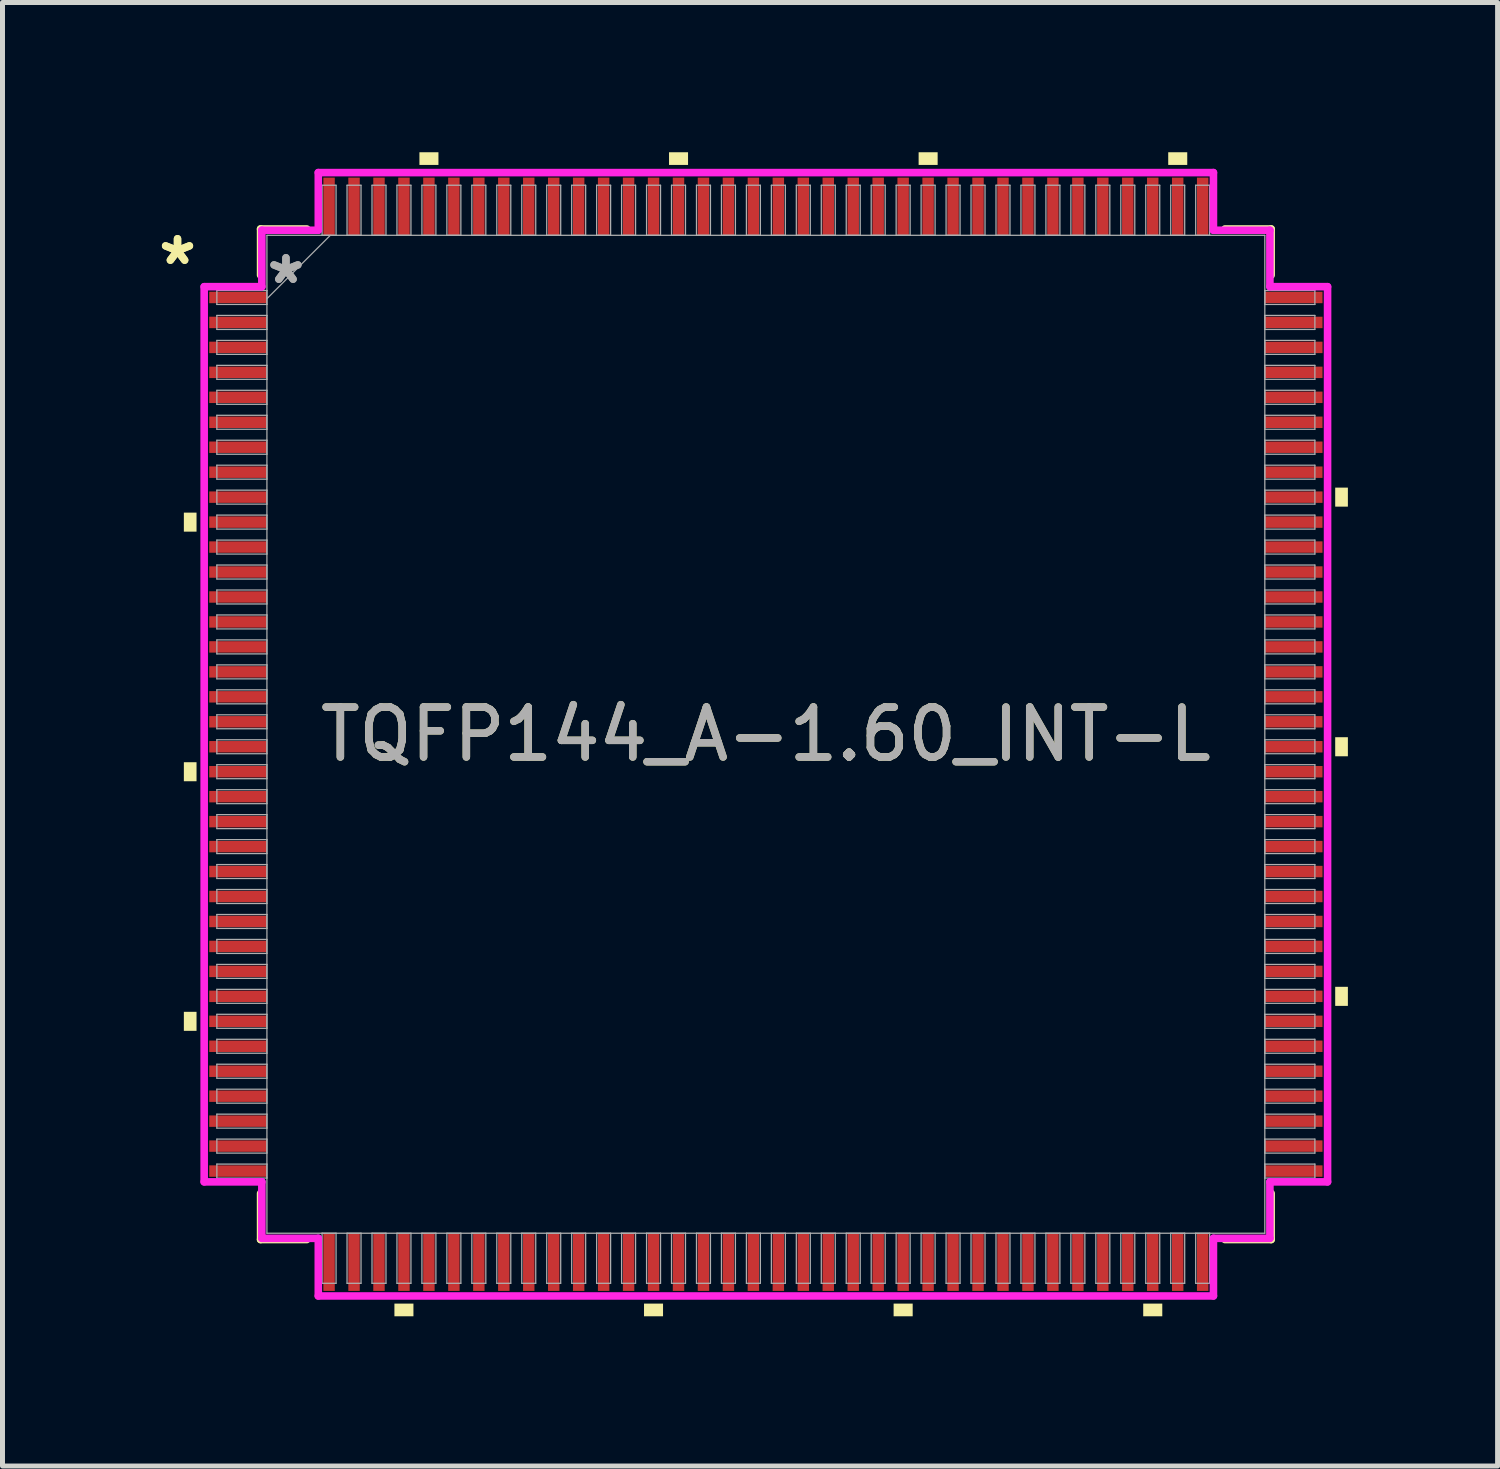
<source format=kicad_pcb>
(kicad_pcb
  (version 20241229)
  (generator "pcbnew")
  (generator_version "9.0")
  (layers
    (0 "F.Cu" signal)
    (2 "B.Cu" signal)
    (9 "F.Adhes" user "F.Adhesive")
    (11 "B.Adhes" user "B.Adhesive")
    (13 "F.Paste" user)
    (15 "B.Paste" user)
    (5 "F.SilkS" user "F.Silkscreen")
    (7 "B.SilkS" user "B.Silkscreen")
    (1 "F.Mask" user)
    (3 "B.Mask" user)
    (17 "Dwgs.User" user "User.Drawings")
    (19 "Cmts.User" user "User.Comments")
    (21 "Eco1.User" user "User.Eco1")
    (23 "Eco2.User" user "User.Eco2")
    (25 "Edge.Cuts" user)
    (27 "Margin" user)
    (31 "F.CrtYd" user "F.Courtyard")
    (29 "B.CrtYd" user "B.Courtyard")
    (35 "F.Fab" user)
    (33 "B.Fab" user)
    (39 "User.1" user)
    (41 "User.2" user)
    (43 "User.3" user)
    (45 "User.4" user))
  (footprint "TQFP144_A-1.60_INT-L"
    (layer "F.Cu")
    (at 12.292 11.659)
    (property "Reference" "TQFP144_A-1.60_INT-L" (at 0 0 0) (unlocked yes) (layer "F.SilkS") (effects (font (size 1 1) (thickness 0.15))))
    (attr smd)
    (fp_line (start -10.122 -10.122) (end -10.122 -9.197) (stroke (width 0.152) (type solid)) (layer "F.SilkS"))
    (fp_line (start -10.122 9.197) (end -10.122 10.122) (stroke (width 0.152) (type solid)) (layer "F.SilkS"))
    (fp_line (start -10.122 10.122) (end -9.197 10.122) (stroke (width 0.152) (type solid)) (layer "F.SilkS"))
    (fp_line (start -9.197 -10.122) (end -10.122 -10.122) (stroke (width 0.152) (type solid)) (layer "F.SilkS"))
    (fp_line (start 9.197 10.122) (end 10.122 10.122) (stroke (width 0.152) (type solid)) (layer "F.SilkS"))
    (fp_line (start 10.122 -10.122) (end 9.197 -10.122) (stroke (width 0.152) (type solid)) (layer "F.SilkS"))
    (fp_line (start 10.122 -9.197) (end 10.122 -10.122) (stroke (width 0.152) (type solid)) (layer "F.SilkS"))
    (fp_line (start 10.122 10.122) (end 10.122 9.197) (stroke (width 0.152) (type solid)) (layer "F.SilkS"))
    (fp_poly (pts (xy -11.659 -4.44) (xy -11.659 -4.059) (xy -11.405 -4.059) (xy -11.405 -4.44)) (stroke (width 0) (type solid)) (fill yes) (layer "F.SilkS"))
    (fp_poly (pts (xy -11.659 0.56) (xy -11.659 0.941) (xy -11.405 0.941) (xy -11.405 0.56)) (stroke (width 0) (type solid)) (fill yes) (layer "F.SilkS"))
    (fp_poly (pts (xy -11.659 5.56) (xy -11.659 5.941) (xy -11.405 5.941) (xy -11.405 5.56)) (stroke (width 0) (type solid)) (fill yes) (layer "F.SilkS"))
    (fp_poly (pts (xy -7.441 11.405) (xy -7.441 11.659) (xy -7.06 11.659) (xy -7.06 11.405)) (stroke (width 0) (type solid)) (fill yes) (layer "F.SilkS"))
    (fp_poly (pts (xy -6.94 -11.405) (xy -6.94 -11.659) (xy -6.559 -11.659) (xy -6.559 -11.405)) (stroke (width 0) (type solid)) (fill yes) (layer "F.SilkS"))
    (fp_poly (pts (xy -2.441 11.405) (xy -2.441 11.659) (xy -2.06 11.659) (xy -2.06 11.405)) (stroke (width 0) (type solid)) (fill yes) (layer "F.SilkS"))
    (fp_poly (pts (xy -1.94 -11.405) (xy -1.94 -11.659) (xy -1.559 -11.659) (xy -1.559 -11.405)) (stroke (width 0) (type solid)) (fill yes) (layer "F.SilkS"))
    (fp_poly (pts (xy 2.559 11.405) (xy 2.559 11.659) (xy 2.941 11.659) (xy 2.941 11.405)) (stroke (width 0) (type solid)) (fill yes) (layer "F.SilkS"))
    (fp_poly (pts (xy 3.06 -11.405) (xy 3.06 -11.659) (xy 3.441 -11.659) (xy 3.441 -11.405)) (stroke (width 0) (type solid)) (fill yes) (layer "F.SilkS"))
    (fp_poly (pts (xy 7.559 11.405) (xy 7.559 11.659) (xy 7.941 11.659) (xy 7.941 11.405)) (stroke (width 0) (type solid)) (fill yes) (layer "F.SilkS"))
    (fp_poly (pts (xy 8.06 -11.405) (xy 8.06 -11.659) (xy 8.441 -11.659) (xy 8.441 -11.405)) (stroke (width 0) (type solid)) (fill yes) (layer "F.SilkS"))
    (fp_poly (pts (xy 11.659 -4.941) (xy 11.659 -4.56) (xy 11.405 -4.56) (xy 11.405 -4.941)) (stroke (width 0) (type solid)) (fill yes) (layer "F.SilkS"))
    (fp_poly (pts (xy 11.659 0.059) (xy 11.659 0.441) (xy 11.405 0.441) (xy 11.405 0.059)) (stroke (width 0) (type solid)) (fill yes) (layer "F.SilkS"))
    (fp_poly (pts (xy 11.659 5.059) (xy 11.659 5.441) (xy 11.405 5.441) (xy 11.405 5.059)) (stroke (width 0) (type solid)) (fill yes) (layer "F.SilkS"))
    (fp_line (start -11.252 -8.966) (end -10.097 -8.966) (stroke (width 0.152) (type solid)) (layer "F.CrtYd"))
    (fp_line (start -11.252 8.966) (end -11.252 -8.966) (stroke (width 0.152) (type solid)) (layer "F.CrtYd"))
    (fp_line (start -10.097 -10.097) (end -8.966 -10.097) (stroke (width 0.152) (type solid)) (layer "F.CrtYd"))
    (fp_line (start -10.097 -8.966) (end -10.097 -10.097) (stroke (width 0.152) (type solid)) (layer "F.CrtYd"))
    (fp_line (start -10.097 8.966) (end -11.252 8.966) (stroke (width 0.152) (type solid)) (layer "F.CrtYd"))
    (fp_line (start -10.097 10.097) (end -10.097 8.966) (stroke (width 0.152) (type solid)) (layer "F.CrtYd"))
    (fp_line (start -10.097 10.097) (end -8.966 10.097) (stroke (width 0.152) (type solid)) (layer "F.CrtYd"))
    (fp_line (start -8.966 -11.252) (end 8.966 -11.252) (stroke (width 0.152) (type solid)) (layer "F.CrtYd"))
    (fp_line (start -8.966 -10.097) (end -8.966 -11.252) (stroke (width 0.152) (type solid)) (layer "F.CrtYd"))
    (fp_line (start -8.966 10.097) (end -8.966 11.252) (stroke (width 0.152) (type solid)) (layer "F.CrtYd"))
    (fp_line (start -8.966 11.252) (end 8.966 11.252) (stroke (width 0.152) (type solid)) (layer "F.CrtYd"))
    (fp_line (start 8.966 -11.252) (end 8.966 -10.097) (stroke (width 0.152) (type solid)) (layer "F.CrtYd"))
    (fp_line (start 8.966 -10.097) (end 10.097 -10.097) (stroke (width 0.152) (type solid)) (layer "F.CrtYd"))
    (fp_line (start 8.966 10.097) (end 10.097 10.097) (stroke (width 0.152) (type solid)) (layer "F.CrtYd"))
    (fp_line (start 8.966 11.252) (end 8.966 10.097) (stroke (width 0.152) (type solid)) (layer "F.CrtYd"))
    (fp_line (start 10.097 -8.966) (end 10.097 -10.097) (stroke (width 0.152) (type solid)) (layer "F.CrtYd"))
    (fp_line (start 10.097 8.966) (end 11.252 8.966) (stroke (width 0.152) (type solid)) (layer "F.CrtYd"))
    (fp_line (start 10.097 10.097) (end 10.097 8.966) (stroke (width 0.152) (type solid)) (layer "F.CrtYd"))
    (fp_line (start 11.252 -8.966) (end 10.097 -8.966) (stroke (width 0.152) (type solid)) (layer "F.CrtYd"))
    (fp_line (start 11.252 8.966) (end 11.252 -8.966) (stroke (width 0.152) (type solid)) (layer "F.CrtYd"))
    (fp_line (start -10.998 -8.89) (end -10.998 -8.61) (stroke (width 0.025) (type solid)) (layer "F.Fab"))
    (fp_line (start -10.998 -8.61) (end -9.995 -8.61) (stroke (width 0.025) (type solid)) (layer "F.Fab"))
    (fp_line (start -10.998 -8.39) (end -10.998 -8.11) (stroke (width 0.025) (type solid)) (layer "F.Fab"))
    (fp_line (start -10.998 -8.11) (end -9.995 -8.11) (stroke (width 0.025) (type solid)) (layer "F.Fab"))
    (fp_line (start -10.998 -7.89) (end -10.998 -7.61) (stroke (width 0.025) (type solid)) (layer "F.Fab"))
    (fp_line (start -10.998 -7.61) (end -9.995 -7.61) (stroke (width 0.025) (type solid)) (layer "F.Fab"))
    (fp_line (start -10.998 -7.39) (end -10.998 -7.11) (stroke (width 0.025) (type solid)) (layer "F.Fab"))
    (fp_line (start -10.998 -7.11) (end -9.995 -7.11) (stroke (width 0.025) (type solid)) (layer "F.Fab"))
    (fp_line (start -10.998 -6.89) (end -10.998 -6.61) (stroke (width 0.025) (type solid)) (layer "F.Fab"))
    (fp_line (start -10.998 -6.61) (end -9.995 -6.61) (stroke (width 0.025) (type solid)) (layer "F.Fab"))
    (fp_line (start -10.998 -6.39) (end -10.998 -6.11) (stroke (width 0.025) (type solid)) (layer "F.Fab"))
    (fp_line (start -10.998 -6.11) (end -9.995 -6.11) (stroke (width 0.025) (type solid)) (layer "F.Fab"))
    (fp_line (start -10.998 -5.89) (end -10.998 -5.61) (stroke (width 0.025) (type solid)) (layer "F.Fab"))
    (fp_line (start -10.998 -5.61) (end -9.995 -5.61) (stroke (width 0.025) (type solid)) (layer "F.Fab"))
    (fp_line (start -10.998 -5.39) (end -10.998 -5.11) (stroke (width 0.025) (type solid)) (layer "F.Fab"))
    (fp_line (start -10.998 -5.11) (end -9.995 -5.11) (stroke (width 0.025) (type solid)) (layer "F.Fab"))
    (fp_line (start -10.998 -4.89) (end -10.998 -4.61) (stroke (width 0.025) (type solid)) (layer "F.Fab"))
    (fp_line (start -10.998 -4.61) (end -9.995 -4.61) (stroke (width 0.025) (type solid)) (layer "F.Fab"))
    (fp_line (start -10.998 -4.39) (end -10.998 -4.11) (stroke (width 0.025) (type solid)) (layer "F.Fab"))
    (fp_line (start -10.998 -4.11) (end -9.995 -4.11) (stroke (width 0.025) (type solid)) (layer "F.Fab"))
    (fp_line (start -10.998 -3.89) (end -10.998 -3.61) (stroke (width 0.025) (type solid)) (layer "F.Fab"))
    (fp_line (start -10.998 -3.61) (end -9.995 -3.61) (stroke (width 0.025) (type solid)) (layer "F.Fab"))
    (fp_line (start -10.998 -3.39) (end -10.998 -3.11) (stroke (width 0.025) (type solid)) (layer "F.Fab"))
    (fp_line (start -10.998 -3.11) (end -9.995 -3.11) (stroke (width 0.025) (type solid)) (layer "F.Fab"))
    (fp_line (start -10.998 -2.89) (end -10.998 -2.61) (stroke (width 0.025) (type solid)) (layer "F.Fab"))
    (fp_line (start -10.998 -2.61) (end -9.995 -2.61) (stroke (width 0.025) (type solid)) (layer "F.Fab"))
    (fp_line (start -10.998 -2.39) (end -10.998 -2.11) (stroke (width 0.025) (type solid)) (layer "F.Fab"))
    (fp_line (start -10.998 -2.11) (end -9.995 -2.11) (stroke (width 0.025) (type solid)) (layer "F.Fab"))
    (fp_line (start -10.998 -1.89) (end -10.998 -1.61) (stroke (width 0.025) (type solid)) (layer "F.Fab"))
    (fp_line (start -10.998 -1.61) (end -9.995 -1.61) (stroke (width 0.025) (type solid)) (layer "F.Fab"))
    (fp_line (start -10.998 -1.39) (end -10.998 -1.11) (stroke (width 0.025) (type solid)) (layer "F.Fab"))
    (fp_line (start -10.998 -1.11) (end -9.995 -1.11) (stroke (width 0.025) (type solid)) (layer "F.Fab"))
    (fp_line (start -10.998 -0.89) (end -10.998 -0.61) (stroke (width 0.025) (type solid)) (layer "F.Fab"))
    (fp_line (start -10.998 -0.61) (end -9.995 -0.61) (stroke (width 0.025) (type solid)) (layer "F.Fab"))
    (fp_line (start -10.998 -0.39) (end -10.998 -0.11) (stroke (width 0.025) (type solid)) (layer "F.Fab"))
    (fp_line (start -10.998 -0.11) (end -9.995 -0.11) (stroke (width 0.025) (type solid)) (layer "F.Fab"))
    (fp_line (start -10.998 0.11) (end -10.998 0.39) (stroke (width 0.025) (type solid)) (layer "F.Fab"))
    (fp_line (start -10.998 0.39) (end -9.995 0.39) (stroke (width 0.025) (type solid)) (layer "F.Fab"))
    (fp_line (start -10.998 0.61) (end -10.998 0.89) (stroke (width 0.025) (type solid)) (layer "F.Fab"))
    (fp_line (start -10.998 0.89) (end -9.995 0.89) (stroke (width 0.025) (type solid)) (layer "F.Fab"))
    (fp_line (start -10.998 1.11) (end -10.998 1.39) (stroke (width 0.025) (type solid)) (layer "F.Fab"))
    (fp_line (start -10.998 1.39) (end -9.995 1.39) (stroke (width 0.025) (type solid)) (layer "F.Fab"))
    (fp_line (start -10.998 1.61) (end -10.998 1.89) (stroke (width 0.025) (type solid)) (layer "F.Fab"))
    (fp_line (start -10.998 1.89) (end -9.995 1.89) (stroke (width 0.025) (type solid)) (layer "F.Fab"))
    (fp_line (start -10.998 2.11) (end -10.998 2.39) (stroke (width 0.025) (type solid)) (layer "F.Fab"))
    (fp_line (start -10.998 2.39) (end -9.995 2.39) (stroke (width 0.025) (type solid)) (layer "F.Fab"))
    (fp_line (start -10.998 2.61) (end -10.998 2.89) (stroke (width 0.025) (type solid)) (layer "F.Fab"))
    (fp_line (start -10.998 2.89) (end -9.995 2.89) (stroke (width 0.025) (type solid)) (layer "F.Fab"))
    (fp_line (start -10.998 3.11) (end -10.998 3.39) (stroke (width 0.025) (type solid)) (layer "F.Fab"))
    (fp_line (start -10.998 3.39) (end -9.995 3.39) (stroke (width 0.025) (type solid)) (layer "F.Fab"))
    (fp_line (start -10.998 3.61) (end -10.998 3.89) (stroke (width 0.025) (type solid)) (layer "F.Fab"))
    (fp_line (start -10.998 3.89) (end -9.995 3.89) (stroke (width 0.025) (type solid)) (layer "F.Fab"))
    (fp_line (start -10.998 4.11) (end -10.998 4.39) (stroke (width 0.025) (type solid)) (layer "F.Fab"))
    (fp_line (start -10.998 4.39) (end -9.995 4.39) (stroke (width 0.025) (type solid)) (layer "F.Fab"))
    (fp_line (start -10.998 4.61) (end -10.998 4.89) (stroke (width 0.025) (type solid)) (layer "F.Fab"))
    (fp_line (start -10.998 4.89) (end -9.995 4.89) (stroke (width 0.025) (type solid)) (layer "F.Fab"))
    (fp_line (start -10.998 5.11) (end -10.998 5.39) (stroke (width 0.025) (type solid)) (layer "F.Fab"))
    (fp_line (start -10.998 5.39) (end -9.995 5.39) (stroke (width 0.025) (type solid)) (layer "F.Fab"))
    (fp_line (start -10.998 5.61) (end -10.998 5.89) (stroke (width 0.025) (type solid)) (layer "F.Fab"))
    (fp_line (start -10.998 5.89) (end -9.995 5.89) (stroke (width 0.025) (type solid)) (layer "F.Fab"))
    (fp_line (start -10.998 6.11) (end -10.998 6.39) (stroke (width 0.025) (type solid)) (layer "F.Fab"))
    (fp_line (start -10.998 6.39) (end -9.995 6.39) (stroke (width 0.025) (type solid)) (layer "F.Fab"))
    (fp_line (start -10.998 6.61) (end -10.998 6.89) (stroke (width 0.025) (type solid)) (layer "F.Fab"))
    (fp_line (start -10.998 6.89) (end -9.995 6.89) (stroke (width 0.025) (type solid)) (layer "F.Fab"))
    (fp_line (start -10.998 7.11) (end -10.998 7.39) (stroke (width 0.025) (type solid)) (layer "F.Fab"))
    (fp_line (start -10.998 7.39) (end -9.995 7.39) (stroke (width 0.025) (type solid)) (layer "F.Fab"))
    (fp_line (start -10.998 7.61) (end -10.998 7.89) (stroke (width 0.025) (type solid)) (layer "F.Fab"))
    (fp_line (start -10.998 7.89) (end -9.995 7.89) (stroke (width 0.025) (type solid)) (layer "F.Fab"))
    (fp_line (start -10.998 8.11) (end -10.998 8.39) (stroke (width 0.025) (type solid)) (layer "F.Fab"))
    (fp_line (start -10.998 8.39) (end -9.995 8.39) (stroke (width 0.025) (type solid)) (layer "F.Fab"))
    (fp_line (start -10.998 8.61) (end -10.998 8.89) (stroke (width 0.025) (type solid)) (layer "F.Fab"))
    (fp_line (start -10.998 8.89) (end -9.995 8.89) (stroke (width 0.025) (type solid)) (layer "F.Fab"))
    (fp_line (start -9.995 -9.995) (end -9.995 9.995) (stroke (width 0.025) (type solid)) (layer "F.Fab"))
    (fp_line (start -9.995 -8.89) (end -10.998 -8.89) (stroke (width 0.025) (type solid)) (layer "F.Fab"))
    (fp_line (start -9.995 -8.725) (end -8.725 -9.995) (stroke (width 0.025) (type solid)) (layer "F.Fab"))
    (fp_line (start -9.995 -8.61) (end -9.995 -8.89) (stroke (width 0.025) (type solid)) (layer "F.Fab"))
    (fp_line (start -9.995 -8.39) (end -10.998 -8.39) (stroke (width 0.025) (type solid)) (layer "F.Fab"))
    (fp_line (start -9.995 -8.11) (end -9.995 -8.39) (stroke (width 0.025) (type solid)) (layer "F.Fab"))
    (fp_line (start -9.995 -7.89) (end -10.998 -7.89) (stroke (width 0.025) (type solid)) (layer "F.Fab"))
    (fp_line (start -9.995 -7.61) (end -9.995 -7.89) (stroke (width 0.025) (type solid)) (layer "F.Fab"))
    (fp_line (start -9.995 -7.39) (end -10.998 -7.39) (stroke (width 0.025) (type solid)) (layer "F.Fab"))
    (fp_line (start -9.995 -7.11) (end -9.995 -7.39) (stroke (width 0.025) (type solid)) (layer "F.Fab"))
    (fp_line (start -9.995 -6.89) (end -10.998 -6.89) (stroke (width 0.025) (type solid)) (layer "F.Fab"))
    (fp_line (start -9.995 -6.61) (end -9.995 -6.89) (stroke (width 0.025) (type solid)) (layer "F.Fab"))
    (fp_line (start -9.995 -6.39) (end -10.998 -6.39) (stroke (width 0.025) (type solid)) (layer "F.Fab"))
    (fp_line (start -9.995 -6.11) (end -9.995 -6.39) (stroke (width 0.025) (type solid)) (layer "F.Fab"))
    (fp_line (start -9.995 -5.89) (end -10.998 -5.89) (stroke (width 0.025) (type solid)) (layer "F.Fab"))
    (fp_line (start -9.995 -5.61) (end -9.995 -5.89) (stroke (width 0.025) (type solid)) (layer "F.Fab"))
    (fp_line (start -9.995 -5.39) (end -10.998 -5.39) (stroke (width 0.025) (type solid)) (layer "F.Fab"))
    (fp_line (start -9.995 -5.11) (end -9.995 -5.39) (stroke (width 0.025) (type solid)) (layer "F.Fab"))
    (fp_line (start -9.995 -4.89) (end -10.998 -4.89) (stroke (width 0.025) (type solid)) (layer "F.Fab"))
    (fp_line (start -9.995 -4.61) (end -9.995 -4.89) (stroke (width 0.025) (type solid)) (layer "F.Fab"))
    (fp_line (start -9.995 -4.39) (end -10.998 -4.39) (stroke (width 0.025) (type solid)) (layer "F.Fab"))
    (fp_line (start -9.995 -4.11) (end -9.995 -4.39) (stroke (width 0.025) (type solid)) (layer "F.Fab"))
    (fp_line (start -9.995 -3.89) (end -10.998 -3.89) (stroke (width 0.025) (type solid)) (layer "F.Fab"))
    (fp_line (start -9.995 -3.61) (end -9.995 -3.89) (stroke (width 0.025) (type solid)) (layer "F.Fab"))
    (fp_line (start -9.995 -3.39) (end -10.998 -3.39) (stroke (width 0.025) (type solid)) (layer "F.Fab"))
    (fp_line (start -9.995 -3.11) (end -9.995 -3.39) (stroke (width 0.025) (type solid)) (layer "F.Fab"))
    (fp_line (start -9.995 -2.89) (end -10.998 -2.89) (stroke (width 0.025) (type solid)) (layer "F.Fab"))
    (fp_line (start -9.995 -2.61) (end -9.995 -2.89) (stroke (width 0.025) (type solid)) (layer "F.Fab"))
    (fp_line (start -9.995 -2.39) (end -10.998 -2.39) (stroke (width 0.025) (type solid)) (layer "F.Fab"))
    (fp_line (start -9.995 -2.11) (end -9.995 -2.39) (stroke (width 0.025) (type solid)) (layer "F.Fab"))
    (fp_line (start -9.995 -1.89) (end -10.998 -1.89) (stroke (width 0.025) (type solid)) (layer "F.Fab"))
    (fp_line (start -9.995 -1.61) (end -9.995 -1.89) (stroke (width 0.025) (type solid)) (layer "F.Fab"))
    (fp_line (start -9.995 -1.39) (end -10.998 -1.39) (stroke (width 0.025) (type solid)) (layer "F.Fab"))
    (fp_line (start -9.995 -1.11) (end -9.995 -1.39) (stroke (width 0.025) (type solid)) (layer "F.Fab"))
    (fp_line (start -9.995 -0.89) (end -10.998 -0.89) (stroke (width 0.025) (type solid)) (layer "F.Fab"))
    (fp_line (start -9.995 -0.61) (end -9.995 -0.89) (stroke (width 0.025) (type solid)) (layer "F.Fab"))
    (fp_line (start -9.995 -0.39) (end -10.998 -0.39) (stroke (width 0.025) (type solid)) (layer "F.Fab"))
    (fp_line (start -9.995 -0.11) (end -9.995 -0.39) (stroke (width 0.025) (type solid)) (layer "F.Fab"))
    (fp_line (start -9.995 0.11) (end -10.998 0.11) (stroke (width 0.025) (type solid)) (layer "F.Fab"))
    (fp_line (start -9.995 0.39) (end -9.995 0.11) (stroke (width 0.025) (type solid)) (layer "F.Fab"))
    (fp_line (start -9.995 0.61) (end -10.998 0.61) (stroke (width 0.025) (type solid)) (layer "F.Fab"))
    (fp_line (start -9.995 0.89) (end -9.995 0.61) (stroke (width 0.025) (type solid)) (layer "F.Fab"))
    (fp_line (start -9.995 1.11) (end -10.998 1.11) (stroke (width 0.025) (type solid)) (layer "F.Fab"))
    (fp_line (start -9.995 1.39) (end -9.995 1.11) (stroke (width 0.025) (type solid)) (layer "F.Fab"))
    (fp_line (start -9.995 1.61) (end -10.998 1.61) (stroke (width 0.025) (type solid)) (layer "F.Fab"))
    (fp_line (start -9.995 1.89) (end -9.995 1.61) (stroke (width 0.025) (type solid)) (layer "F.Fab"))
    (fp_line (start -9.995 2.11) (end -10.998 2.11) (stroke (width 0.025) (type solid)) (layer "F.Fab"))
    (fp_line (start -9.995 2.39) (end -9.995 2.11) (stroke (width 0.025) (type solid)) (layer "F.Fab"))
    (fp_line (start -9.995 2.61) (end -10.998 2.61) (stroke (width 0.025) (type solid)) (layer "F.Fab"))
    (fp_line (start -9.995 2.89) (end -9.995 2.61) (stroke (width 0.025) (type solid)) (layer "F.Fab"))
    (fp_line (start -9.995 3.11) (end -10.998 3.11) (stroke (width 0.025) (type solid)) (layer "F.Fab"))
    (fp_line (start -9.995 3.39) (end -9.995 3.11) (stroke (width 0.025) (type solid)) (layer "F.Fab"))
    (fp_line (start -9.995 3.61) (end -10.998 3.61) (stroke (width 0.025) (type solid)) (layer "F.Fab"))
    (fp_line (start -9.995 3.89) (end -9.995 3.61) (stroke (width 0.025) (type solid)) (layer "F.Fab"))
    (fp_line (start -9.995 4.11) (end -10.998 4.11) (stroke (width 0.025) (type solid)) (layer "F.Fab"))
    (fp_line (start -9.995 4.39) (end -9.995 4.11) (stroke (width 0.025) (type solid)) (layer "F.Fab"))
    (fp_line (start -9.995 4.61) (end -10.998 4.61) (stroke (width 0.025) (type solid)) (layer "F.Fab"))
    (fp_line (start -9.995 4.89) (end -9.995 4.61) (stroke (width 0.025) (type solid)) (layer "F.Fab"))
    (fp_line (start -9.995 5.11) (end -10.998 5.11) (stroke (width 0.025) (type solid)) (layer "F.Fab"))
    (fp_line (start -9.995 5.39) (end -9.995 5.11) (stroke (width 0.025) (type solid)) (layer "F.Fab"))
    (fp_line (start -9.995 5.61) (end -10.998 5.61) (stroke (width 0.025) (type solid)) (layer "F.Fab"))
    (fp_line (start -9.995 5.89) (end -9.995 5.61) (stroke (width 0.025) (type solid)) (layer "F.Fab"))
    (fp_line (start -9.995 6.11) (end -10.998 6.11) (stroke (width 0.025) (type solid)) (layer "F.Fab"))
    (fp_line (start -9.995 6.39) (end -9.995 6.11) (stroke (width 0.025) (type solid)) (layer "F.Fab"))
    (fp_line (start -9.995 6.61) (end -10.998 6.61) (stroke (width 0.025) (type solid)) (layer "F.Fab"))
    (fp_line (start -9.995 6.89) (end -9.995 6.61) (stroke (width 0.025) (type solid)) (layer "F.Fab"))
    (fp_line (start -9.995 7.11) (end -10.998 7.11) (stroke (width 0.025) (type solid)) (layer "F.Fab"))
    (fp_line (start -9.995 7.39) (end -9.995 7.11) (stroke (width 0.025) (type solid)) (layer "F.Fab"))
    (fp_line (start -9.995 7.61) (end -10.998 7.61) (stroke (width 0.025) (type solid)) (layer "F.Fab"))
    (fp_line (start -9.995 7.89) (end -9.995 7.61) (stroke (width 0.025) (type solid)) (layer "F.Fab"))
    (fp_line (start -9.995 8.11) (end -10.998 8.11) (stroke (width 0.025) (type solid)) (layer "F.Fab"))
    (fp_line (start -9.995 8.39) (end -9.995 8.11) (stroke (width 0.025) (type solid)) (layer "F.Fab"))
    (fp_line (start -9.995 8.61) (end -10.998 8.61) (stroke (width 0.025) (type solid)) (layer "F.Fab"))
    (fp_line (start -9.995 8.89) (end -9.995 8.61) (stroke (width 0.025) (type solid)) (layer "F.Fab"))
    (fp_line (start -9.995 9.995) (end 9.995 9.995) (stroke (width 0.025) (type solid)) (layer "F.Fab"))
    (fp_line (start -8.89 -10.998) (end -8.89 -9.995) (stroke (width 0.025) (type solid)) (layer "F.Fab"))
    (fp_line (start -8.89 -9.995) (end -8.61 -9.995) (stroke (width 0.025) (type solid)) (layer "F.Fab"))
    (fp_line (start -8.89 9.995) (end -8.89 10.998) (stroke (width 0.025) (type solid)) (layer "F.Fab"))
    (fp_line (start -8.89 10.998) (end -8.61 10.998) (stroke (width 0.025) (type solid)) (layer "F.Fab"))
    (fp_line (start -8.61 -10.998) (end -8.89 -10.998) (stroke (width 0.025) (type solid)) (layer "F.Fab"))
    (fp_line (start -8.61 -9.995) (end -8.61 -10.998) (stroke (width 0.025) (type solid)) (layer "F.Fab"))
    (fp_line (start -8.61 9.995) (end -8.89 9.995) (stroke (width 0.025) (type solid)) (layer "F.Fab"))
    (fp_line (start -8.61 10.998) (end -8.61 9.995) (stroke (width 0.025) (type solid)) (layer "F.Fab"))
    (fp_line (start -8.39 -10.998) (end -8.39 -9.995) (stroke (width 0.025) (type solid)) (layer "F.Fab"))
    (fp_line (start -8.39 -9.995) (end -8.11 -9.995) (stroke (width 0.025) (type solid)) (layer "F.Fab"))
    (fp_line (start -8.39 9.995) (end -8.39 10.998) (stroke (width 0.025) (type solid)) (layer "F.Fab"))
    (fp_line (start -8.39 10.998) (end -8.11 10.998) (stroke (width 0.025) (type solid)) (layer "F.Fab"))
    (fp_line (start -8.11 -10.998) (end -8.39 -10.998) (stroke (width 0.025) (type solid)) (layer "F.Fab"))
    (fp_line (start -8.11 -9.995) (end -8.11 -10.998) (stroke (width 0.025) (type solid)) (layer "F.Fab"))
    (fp_line (start -8.11 9.995) (end -8.39 9.995) (stroke (width 0.025) (type solid)) (layer "F.Fab"))
    (fp_line (start -8.11 10.998) (end -8.11 9.995) (stroke (width 0.025) (type solid)) (layer "F.Fab"))
    (fp_line (start -7.89 -10.998) (end -7.89 -9.995) (stroke (width 0.025) (type solid)) (layer "F.Fab"))
    (fp_line (start -7.89 -9.995) (end -7.61 -9.995) (stroke (width 0.025) (type solid)) (layer "F.Fab"))
    (fp_line (start -7.89 9.995) (end -7.89 10.998) (stroke (width 0.025) (type solid)) (layer "F.Fab"))
    (fp_line (start -7.89 10.998) (end -7.61 10.998) (stroke (width 0.025) (type solid)) (layer "F.Fab"))
    (fp_line (start -7.61 -10.998) (end -7.89 -10.998) (stroke (width 0.025) (type solid)) (layer "F.Fab"))
    (fp_line (start -7.61 -9.995) (end -7.61 -10.998) (stroke (width 0.025) (type solid)) (layer "F.Fab"))
    (fp_line (start -7.61 9.995) (end -7.89 9.995) (stroke (width 0.025) (type solid)) (layer "F.Fab"))
    (fp_line (start -7.61 10.998) (end -7.61 9.995) (stroke (width 0.025) (type solid)) (layer "F.Fab"))
    (fp_line (start -7.39 -10.998) (end -7.39 -9.995) (stroke (width 0.025) (type solid)) (layer "F.Fab"))
    (fp_line (start -7.39 -9.995) (end -7.11 -9.995) (stroke (width 0.025) (type solid)) (layer "F.Fab"))
    (fp_line (start -7.39 9.995) (end -7.39 10.998) (stroke (width 0.025) (type solid)) (layer "F.Fab"))
    (fp_line (start -7.39 10.998) (end -7.11 10.998) (stroke (width 0.025) (type solid)) (layer "F.Fab"))
    (fp_line (start -7.11 -10.998) (end -7.39 -10.998) (stroke (width 0.025) (type solid)) (layer "F.Fab"))
    (fp_line (start -7.11 -9.995) (end -7.11 -10.998) (stroke (width 0.025) (type solid)) (layer "F.Fab"))
    (fp_line (start -7.11 9.995) (end -7.39 9.995) (stroke (width 0.025) (type solid)) (layer "F.Fab"))
    (fp_line (start -7.11 10.998) (end -7.11 9.995) (stroke (width 0.025) (type solid)) (layer "F.Fab"))
    (fp_line (start -6.89 -10.998) (end -6.89 -9.995) (stroke (width 0.025) (type solid)) (layer "F.Fab"))
    (fp_line (start -6.89 -9.995) (end -6.61 -9.995) (stroke (width 0.025) (type solid)) (layer "F.Fab"))
    (fp_line (start -6.89 9.995) (end -6.89 10.998) (stroke (width 0.025) (type solid)) (layer "F.Fab"))
    (fp_line (start -6.89 10.998) (end -6.61 10.998) (stroke (width 0.025) (type solid)) (layer "F.Fab"))
    (fp_line (start -6.61 -10.998) (end -6.89 -10.998) (stroke (width 0.025) (type solid)) (layer "F.Fab"))
    (fp_line (start -6.61 -9.995) (end -6.61 -10.998) (stroke (width 0.025) (type solid)) (layer "F.Fab"))
    (fp_line (start -6.61 9.995) (end -6.89 9.995) (stroke (width 0.025) (type solid)) (layer "F.Fab"))
    (fp_line (start -6.61 10.998) (end -6.61 9.995) (stroke (width 0.025) (type solid)) (layer "F.Fab"))
    (fp_line (start -6.39 -10.998) (end -6.39 -9.995) (stroke (width 0.025) (type solid)) (layer "F.Fab"))
    (fp_line (start -6.39 -9.995) (end -6.11 -9.995) (stroke (width 0.025) (type solid)) (layer "F.Fab"))
    (fp_line (start -6.39 9.995) (end -6.39 10.998) (stroke (width 0.025) (type solid)) (layer "F.Fab"))
    (fp_line (start -6.39 10.998) (end -6.11 10.998) (stroke (width 0.025) (type solid)) (layer "F.Fab"))
    (fp_line (start -6.11 -10.998) (end -6.39 -10.998) (stroke (width 0.025) (type solid)) (layer "F.Fab"))
    (fp_line (start -6.11 -9.995) (end -6.11 -10.998) (stroke (width 0.025) (type solid)) (layer "F.Fab"))
    (fp_line (start -6.11 9.995) (end -6.39 9.995) (stroke (width 0.025) (type solid)) (layer "F.Fab"))
    (fp_line (start -6.11 10.998) (end -6.11 9.995) (stroke (width 0.025) (type solid)) (layer "F.Fab"))
    (fp_line (start -5.89 -10.998) (end -5.89 -9.995) (stroke (width 0.025) (type solid)) (layer "F.Fab"))
    (fp_line (start -5.89 -9.995) (end -5.61 -9.995) (stroke (width 0.025) (type solid)) (layer "F.Fab"))
    (fp_line (start -5.89 9.995) (end -5.89 10.998) (stroke (width 0.025) (type solid)) (layer "F.Fab"))
    (fp_line (start -5.89 10.998) (end -5.61 10.998) (stroke (width 0.025) (type solid)) (layer "F.Fab"))
    (fp_line (start -5.61 -10.998) (end -5.89 -10.998) (stroke (width 0.025) (type solid)) (layer "F.Fab"))
    (fp_line (start -5.61 -9.995) (end -5.61 -10.998) (stroke (width 0.025) (type solid)) (layer "F.Fab"))
    (fp_line (start -5.61 9.995) (end -5.89 9.995) (stroke (width 0.025) (type solid)) (layer "F.Fab"))
    (fp_line (start -5.61 10.998) (end -5.61 9.995) (stroke (width 0.025) (type solid)) (layer "F.Fab"))
    (fp_line (start -5.39 -10.998) (end -5.39 -9.995) (stroke (width 0.025) (type solid)) (layer "F.Fab"))
    (fp_line (start -5.39 -9.995) (end -5.11 -9.995) (stroke (width 0.025) (type solid)) (layer "F.Fab"))
    (fp_line (start -5.39 9.995) (end -5.39 10.998) (stroke (width 0.025) (type solid)) (layer "F.Fab"))
    (fp_line (start -5.39 10.998) (end -5.11 10.998) (stroke (width 0.025) (type solid)) (layer "F.Fab"))
    (fp_line (start -5.11 -10.998) (end -5.39 -10.998) (stroke (width 0.025) (type solid)) (layer "F.Fab"))
    (fp_line (start -5.11 -9.995) (end -5.11 -10.998) (stroke (width 0.025) (type solid)) (layer "F.Fab"))
    (fp_line (start -5.11 9.995) (end -5.39 9.995) (stroke (width 0.025) (type solid)) (layer "F.Fab"))
    (fp_line (start -5.11 10.998) (end -5.11 9.995) (stroke (width 0.025) (type solid)) (layer "F.Fab"))
    (fp_line (start -4.89 -10.998) (end -4.89 -9.995) (stroke (width 0.025) (type solid)) (layer "F.Fab"))
    (fp_line (start -4.89 -9.995) (end -4.61 -9.995) (stroke (width 0.025) (type solid)) (layer "F.Fab"))
    (fp_line (start -4.89 9.995) (end -4.89 10.998) (stroke (width 0.025) (type solid)) (layer "F.Fab"))
    (fp_line (start -4.89 10.998) (end -4.61 10.998) (stroke (width 0.025) (type solid)) (layer "F.Fab"))
    (fp_line (start -4.61 -10.998) (end -4.89 -10.998) (stroke (width 0.025) (type solid)) (layer "F.Fab"))
    (fp_line (start -4.61 -9.995) (end -4.61 -10.998) (stroke (width 0.025) (type solid)) (layer "F.Fab"))
    (fp_line (start -4.61 9.995) (end -4.89 9.995) (stroke (width 0.025) (type solid)) (layer "F.Fab"))
    (fp_line (start -4.61 10.998) (end -4.61 9.995) (stroke (width 0.025) (type solid)) (layer "F.Fab"))
    (fp_line (start -4.39 -10.998) (end -4.39 -9.995) (stroke (width 0.025) (type solid)) (layer "F.Fab"))
    (fp_line (start -4.39 -9.995) (end -4.11 -9.995) (stroke (width 0.025) (type solid)) (layer "F.Fab"))
    (fp_line (start -4.39 9.995) (end -4.39 10.998) (stroke (width 0.025) (type solid)) (layer "F.Fab"))
    (fp_line (start -4.39 10.998) (end -4.11 10.998) (stroke (width 0.025) (type solid)) (layer "F.Fab"))
    (fp_line (start -4.11 -10.998) (end -4.39 -10.998) (stroke (width 0.025) (type solid)) (layer "F.Fab"))
    (fp_line (start -4.11 -9.995) (end -4.11 -10.998) (stroke (width 0.025) (type solid)) (layer "F.Fab"))
    (fp_line (start -4.11 9.995) (end -4.39 9.995) (stroke (width 0.025) (type solid)) (layer "F.Fab"))
    (fp_line (start -4.11 10.998) (end -4.11 9.995) (stroke (width 0.025) (type solid)) (layer "F.Fab"))
    (fp_line (start -3.89 -10.998) (end -3.89 -9.995) (stroke (width 0.025) (type solid)) (layer "F.Fab"))
    (fp_line (start -3.89 -9.995) (end -3.61 -9.995) (stroke (width 0.025) (type solid)) (layer "F.Fab"))
    (fp_line (start -3.89 9.995) (end -3.89 10.998) (stroke (width 0.025) (type solid)) (layer "F.Fab"))
    (fp_line (start -3.89 10.998) (end -3.61 10.998) (stroke (width 0.025) (type solid)) (layer "F.Fab"))
    (fp_line (start -3.61 -10.998) (end -3.89 -10.998) (stroke (width 0.025) (type solid)) (layer "F.Fab"))
    (fp_line (start -3.61 -9.995) (end -3.61 -10.998) (stroke (width 0.025) (type solid)) (layer "F.Fab"))
    (fp_line (start -3.61 9.995) (end -3.89 9.995) (stroke (width 0.025) (type solid)) (layer "F.Fab"))
    (fp_line (start -3.61 10.998) (end -3.61 9.995) (stroke (width 0.025) (type solid)) (layer "F.Fab"))
    (fp_line (start -3.39 -10.998) (end -3.39 -9.995) (stroke (width 0.025) (type solid)) (layer "F.Fab"))
    (fp_line (start -3.39 -9.995) (end -3.11 -9.995) (stroke (width 0.025) (type solid)) (layer "F.Fab"))
    (fp_line (start -3.39 9.995) (end -3.39 10.998) (stroke (width 0.025) (type solid)) (layer "F.Fab"))
    (fp_line (start -3.39 10.998) (end -3.11 10.998) (stroke (width 0.025) (type solid)) (layer "F.Fab"))
    (fp_line (start -3.11 -10.998) (end -3.39 -10.998) (stroke (width 0.025) (type solid)) (layer "F.Fab"))
    (fp_line (start -3.11 -9.995) (end -3.11 -10.998) (stroke (width 0.025) (type solid)) (layer "F.Fab"))
    (fp_line (start -3.11 9.995) (end -3.39 9.995) (stroke (width 0.025) (type solid)) (layer "F.Fab"))
    (fp_line (start -3.11 10.998) (end -3.11 9.995) (stroke (width 0.025) (type solid)) (layer "F.Fab"))
    (fp_line (start -2.89 -10.998) (end -2.89 -9.995) (stroke (width 0.025) (type solid)) (layer "F.Fab"))
    (fp_line (start -2.89 -9.995) (end -2.61 -9.995) (stroke (width 0.025) (type solid)) (layer "F.Fab"))
    (fp_line (start -2.89 9.995) (end -2.89 10.998) (stroke (width 0.025) (type solid)) (layer "F.Fab"))
    (fp_line (start -2.89 10.998) (end -2.61 10.998) (stroke (width 0.025) (type solid)) (layer "F.Fab"))
    (fp_line (start -2.61 -10.998) (end -2.89 -10.998) (stroke (width 0.025) (type solid)) (layer "F.Fab"))
    (fp_line (start -2.61 -9.995) (end -2.61 -10.998) (stroke (width 0.025) (type solid)) (layer "F.Fab"))
    (fp_line (start -2.61 9.995) (end -2.89 9.995) (stroke (width 0.025) (type solid)) (layer "F.Fab"))
    (fp_line (start -2.61 10.998) (end -2.61 9.995) (stroke (width 0.025) (type solid)) (layer "F.Fab"))
    (fp_line (start -2.39 -10.998) (end -2.39 -9.995) (stroke (width 0.025) (type solid)) (layer "F.Fab"))
    (fp_line (start -2.39 -9.995) (end -2.11 -9.995) (stroke (width 0.025) (type solid)) (layer "F.Fab"))
    (fp_line (start -2.39 9.995) (end -2.39 10.998) (stroke (width 0.025) (type solid)) (layer "F.Fab"))
    (fp_line (start -2.39 10.998) (end -2.11 10.998) (stroke (width 0.025) (type solid)) (layer "F.Fab"))
    (fp_line (start -2.11 -10.998) (end -2.39 -10.998) (stroke (width 0.025) (type solid)) (layer "F.Fab"))
    (fp_line (start -2.11 -9.995) (end -2.11 -10.998) (stroke (width 0.025) (type solid)) (layer "F.Fab"))
    (fp_line (start -2.11 9.995) (end -2.39 9.995) (stroke (width 0.025) (type solid)) (layer "F.Fab"))
    (fp_line (start -2.11 10.998) (end -2.11 9.995) (stroke (width 0.025) (type solid)) (layer "F.Fab"))
    (fp_line (start -1.89 -10.998) (end -1.89 -9.995) (stroke (width 0.025) (type solid)) (layer "F.Fab"))
    (fp_line (start -1.89 -9.995) (end -1.61 -9.995) (stroke (width 0.025) (type solid)) (layer "F.Fab"))
    (fp_line (start -1.89 9.995) (end -1.89 10.998) (stroke (width 0.025) (type solid)) (layer "F.Fab"))
    (fp_line (start -1.89 10.998) (end -1.61 10.998) (stroke (width 0.025) (type solid)) (layer "F.Fab"))
    (fp_line (start -1.61 -10.998) (end -1.89 -10.998) (stroke (width 0.025) (type solid)) (layer "F.Fab"))
    (fp_line (start -1.61 -9.995) (end -1.61 -10.998) (stroke (width 0.025) (type solid)) (layer "F.Fab"))
    (fp_line (start -1.61 9.995) (end -1.89 9.995) (stroke (width 0.025) (type solid)) (layer "F.Fab"))
    (fp_line (start -1.61 10.998) (end -1.61 9.995) (stroke (width 0.025) (type solid)) (layer "F.Fab"))
    (fp_line (start -1.39 -10.998) (end -1.39 -9.995) (stroke (width 0.025) (type solid)) (layer "F.Fab"))
    (fp_line (start -1.39 -9.995) (end -1.11 -9.995) (stroke (width 0.025) (type solid)) (layer "F.Fab"))
    (fp_line (start -1.39 9.995) (end -1.39 10.998) (stroke (width 0.025) (type solid)) (layer "F.Fab"))
    (fp_line (start -1.39 10.998) (end -1.11 10.998) (stroke (width 0.025) (type solid)) (layer "F.Fab"))
    (fp_line (start -1.11 -10.998) (end -1.39 -10.998) (stroke (width 0.025) (type solid)) (layer "F.Fab"))
    (fp_line (start -1.11 -9.995) (end -1.11 -10.998) (stroke (width 0.025) (type solid)) (layer "F.Fab"))
    (fp_line (start -1.11 9.995) (end -1.39 9.995) (stroke (width 0.025) (type solid)) (layer "F.Fab"))
    (fp_line (start -1.11 10.998) (end -1.11 9.995) (stroke (width 0.025) (type solid)) (layer "F.Fab"))
    (fp_line (start -0.89 -10.998) (end -0.89 -9.995) (stroke (width 0.025) (type solid)) (layer "F.Fab"))
    (fp_line (start -0.89 -9.995) (end -0.61 -9.995) (stroke (width 0.025) (type solid)) (layer "F.Fab"))
    (fp_line (start -0.89 9.995) (end -0.89 10.998) (stroke (width 0.025) (type solid)) (layer "F.Fab"))
    (fp_line (start -0.89 10.998) (end -0.61 10.998) (stroke (width 0.025) (type solid)) (layer "F.Fab"))
    (fp_line (start -0.61 -10.998) (end -0.89 -10.998) (stroke (width 0.025) (type solid)) (layer "F.Fab"))
    (fp_line (start -0.61 -9.995) (end -0.61 -10.998) (stroke (width 0.025) (type solid)) (layer "F.Fab"))
    (fp_line (start -0.61 9.995) (end -0.89 9.995) (stroke (width 0.025) (type solid)) (layer "F.Fab"))
    (fp_line (start -0.61 10.998) (end -0.61 9.995) (stroke (width 0.025) (type solid)) (layer "F.Fab"))
    (fp_line (start -0.39 -10.998) (end -0.39 -9.995) (stroke (width 0.025) (type solid)) (layer "F.Fab"))
    (fp_line (start -0.39 -9.995) (end -0.11 -9.995) (stroke (width 0.025) (type solid)) (layer "F.Fab"))
    (fp_line (start -0.39 9.995) (end -0.39 10.998) (stroke (width 0.025) (type solid)) (layer "F.Fab"))
    (fp_line (start -0.39 10.998) (end -0.11 10.998) (stroke (width 0.025) (type solid)) (layer "F.Fab"))
    (fp_line (start -0.11 -10.998) (end -0.39 -10.998) (stroke (width 0.025) (type solid)) (layer "F.Fab"))
    (fp_line (start -0.11 -9.995) (end -0.11 -10.998) (stroke (width 0.025) (type solid)) (layer "F.Fab"))
    (fp_line (start -0.11 9.995) (end -0.39 9.995) (stroke (width 0.025) (type solid)) (layer "F.Fab"))
    (fp_line (start -0.11 10.998) (end -0.11 9.995) (stroke (width 0.025) (type solid)) (layer "F.Fab"))
    (fp_line (start 0.11 -10.998) (end 0.11 -9.995) (stroke (width 0.025) (type solid)) (layer "F.Fab"))
    (fp_line (start 0.11 -9.995) (end 0.39 -9.995) (stroke (width 0.025) (type solid)) (layer "F.Fab"))
    (fp_line (start 0.11 9.995) (end 0.11 10.998) (stroke (width 0.025) (type solid)) (layer "F.Fab"))
    (fp_line (start 0.11 10.998) (end 0.39 10.998) (stroke (width 0.025) (type solid)) (layer "F.Fab"))
    (fp_line (start 0.39 -10.998) (end 0.11 -10.998) (stroke (width 0.025) (type solid)) (layer "F.Fab"))
    (fp_line (start 0.39 -9.995) (end 0.39 -10.998) (stroke (width 0.025) (type solid)) (layer "F.Fab"))
    (fp_line (start 0.39 9.995) (end 0.11 9.995) (stroke (width 0.025) (type solid)) (layer "F.Fab"))
    (fp_line (start 0.39 10.998) (end 0.39 9.995) (stroke (width 0.025) (type solid)) (layer "F.Fab"))
    (fp_line (start 0.61 -10.998) (end 0.61 -9.995) (stroke (width 0.025) (type solid)) (layer "F.Fab"))
    (fp_line (start 0.61 -9.995) (end 0.89 -9.995) (stroke (width 0.025) (type solid)) (layer "F.Fab"))
    (fp_line (start 0.61 9.995) (end 0.61 10.998) (stroke (width 0.025) (type solid)) (layer "F.Fab"))
    (fp_line (start 0.61 10.998) (end 0.89 10.998) (stroke (width 0.025) (type solid)) (layer "F.Fab"))
    (fp_line (start 0.89 -10.998) (end 0.61 -10.998) (stroke (width 0.025) (type solid)) (layer "F.Fab"))
    (fp_line (start 0.89 -9.995) (end 0.89 -10.998) (stroke (width 0.025) (type solid)) (layer "F.Fab"))
    (fp_line (start 0.89 9.995) (end 0.61 9.995) (stroke (width 0.025) (type solid)) (layer "F.Fab"))
    (fp_line (start 0.89 10.998) (end 0.89 9.995) (stroke (width 0.025) (type solid)) (layer "F.Fab"))
    (fp_line (start 1.11 -10.998) (end 1.11 -9.995) (stroke (width 0.025) (type solid)) (layer "F.Fab"))
    (fp_line (start 1.11 -9.995) (end 1.39 -9.995) (stroke (width 0.025) (type solid)) (layer "F.Fab"))
    (fp_line (start 1.11 9.995) (end 1.11 10.998) (stroke (width 0.025) (type solid)) (layer "F.Fab"))
    (fp_line (start 1.11 10.998) (end 1.39 10.998) (stroke (width 0.025) (type solid)) (layer "F.Fab"))
    (fp_line (start 1.39 -10.998) (end 1.11 -10.998) (stroke (width 0.025) (type solid)) (layer "F.Fab"))
    (fp_line (start 1.39 -9.995) (end 1.39 -10.998) (stroke (width 0.025) (type solid)) (layer "F.Fab"))
    (fp_line (start 1.39 9.995) (end 1.11 9.995) (stroke (width 0.025) (type solid)) (layer "F.Fab"))
    (fp_line (start 1.39 10.998) (end 1.39 9.995) (stroke (width 0.025) (type solid)) (layer "F.Fab"))
    (fp_line (start 1.61 -10.998) (end 1.61 -9.995) (stroke (width 0.025) (type solid)) (layer "F.Fab"))
    (fp_line (start 1.61 -9.995) (end 1.89 -9.995) (stroke (width 0.025) (type solid)) (layer "F.Fab"))
    (fp_line (start 1.61 9.995) (end 1.61 10.998) (stroke (width 0.025) (type solid)) (layer "F.Fab"))
    (fp_line (start 1.61 10.998) (end 1.89 10.998) (stroke (width 0.025) (type solid)) (layer "F.Fab"))
    (fp_line (start 1.89 -10.998) (end 1.61 -10.998) (stroke (width 0.025) (type solid)) (layer "F.Fab"))
    (fp_line (start 1.89 -9.995) (end 1.89 -10.998) (stroke (width 0.025) (type solid)) (layer "F.Fab"))
    (fp_line (start 1.89 9.995) (end 1.61 9.995) (stroke (width 0.025) (type solid)) (layer "F.Fab"))
    (fp_line (start 1.89 10.998) (end 1.89 9.995) (stroke (width 0.025) (type solid)) (layer "F.Fab"))
    (fp_line (start 2.11 -10.998) (end 2.11 -9.995) (stroke (width 0.025) (type solid)) (layer "F.Fab"))
    (fp_line (start 2.11 -9.995) (end 2.39 -9.995) (stroke (width 0.025) (type solid)) (layer "F.Fab"))
    (fp_line (start 2.11 9.995) (end 2.11 10.998) (stroke (width 0.025) (type solid)) (layer "F.Fab"))
    (fp_line (start 2.11 10.998) (end 2.39 10.998) (stroke (width 0.025) (type solid)) (layer "F.Fab"))
    (fp_line (start 2.39 -10.998) (end 2.11 -10.998) (stroke (width 0.025) (type solid)) (layer "F.Fab"))
    (fp_line (start 2.39 -9.995) (end 2.39 -10.998) (stroke (width 0.025) (type solid)) (layer "F.Fab"))
    (fp_line (start 2.39 9.995) (end 2.11 9.995) (stroke (width 0.025) (type solid)) (layer "F.Fab"))
    (fp_line (start 2.39 10.998) (end 2.39 9.995) (stroke (width 0.025) (type solid)) (layer "F.Fab"))
    (fp_line (start 2.61 -10.998) (end 2.61 -9.995) (stroke (width 0.025) (type solid)) (layer "F.Fab"))
    (fp_line (start 2.61 -9.995) (end 2.89 -9.995) (stroke (width 0.025) (type solid)) (layer "F.Fab"))
    (fp_line (start 2.61 9.995) (end 2.61 10.998) (stroke (width 0.025) (type solid)) (layer "F.Fab"))
    (fp_line (start 2.61 10.998) (end 2.89 10.998) (stroke (width 0.025) (type solid)) (layer "F.Fab"))
    (fp_line (start 2.89 -10.998) (end 2.61 -10.998) (stroke (width 0.025) (type solid)) (layer "F.Fab"))
    (fp_line (start 2.89 -9.995) (end 2.89 -10.998) (stroke (width 0.025) (type solid)) (layer "F.Fab"))
    (fp_line (start 2.89 9.995) (end 2.61 9.995) (stroke (width 0.025) (type solid)) (layer "F.Fab"))
    (fp_line (start 2.89 10.998) (end 2.89 9.995) (stroke (width 0.025) (type solid)) (layer "F.Fab"))
    (fp_line (start 3.11 -10.998) (end 3.11 -9.995) (stroke (width 0.025) (type solid)) (layer "F.Fab"))
    (fp_line (start 3.11 -9.995) (end 3.39 -9.995) (stroke (width 0.025) (type solid)) (layer "F.Fab"))
    (fp_line (start 3.11 9.995) (end 3.11 10.998) (stroke (width 0.025) (type solid)) (layer "F.Fab"))
    (fp_line (start 3.11 10.998) (end 3.39 10.998) (stroke (width 0.025) (type solid)) (layer "F.Fab"))
    (fp_line (start 3.39 -10.998) (end 3.11 -10.998) (stroke (width 0.025) (type solid)) (layer "F.Fab"))
    (fp_line (start 3.39 -9.995) (end 3.39 -10.998) (stroke (width 0.025) (type solid)) (layer "F.Fab"))
    (fp_line (start 3.39 9.995) (end 3.11 9.995) (stroke (width 0.025) (type solid)) (layer "F.Fab"))
    (fp_line (start 3.39 10.998) (end 3.39 9.995) (stroke (width 0.025) (type solid)) (layer "F.Fab"))
    (fp_line (start 3.61 -10.998) (end 3.61 -9.995) (stroke (width 0.025) (type solid)) (layer "F.Fab"))
    (fp_line (start 3.61 -9.995) (end 3.89 -9.995) (stroke (width 0.025) (type solid)) (layer "F.Fab"))
    (fp_line (start 3.61 9.995) (end 3.61 10.998) (stroke (width 0.025) (type solid)) (layer "F.Fab"))
    (fp_line (start 3.61 10.998) (end 3.89 10.998) (stroke (width 0.025) (type solid)) (layer "F.Fab"))
    (fp_line (start 3.89 -10.998) (end 3.61 -10.998) (stroke (width 0.025) (type solid)) (layer "F.Fab"))
    (fp_line (start 3.89 -9.995) (end 3.89 -10.998) (stroke (width 0.025) (type solid)) (layer "F.Fab"))
    (fp_line (start 3.89 9.995) (end 3.61 9.995) (stroke (width 0.025) (type solid)) (layer "F.Fab"))
    (fp_line (start 3.89 10.998) (end 3.89 9.995) (stroke (width 0.025) (type solid)) (layer "F.Fab"))
    (fp_line (start 4.11 -10.998) (end 4.11 -9.995) (stroke (width 0.025) (type solid)) (layer "F.Fab"))
    (fp_line (start 4.11 -9.995) (end 4.39 -9.995) (stroke (width 0.025) (type solid)) (layer "F.Fab"))
    (fp_line (start 4.11 9.995) (end 4.11 10.998) (stroke (width 0.025) (type solid)) (layer "F.Fab"))
    (fp_line (start 4.11 10.998) (end 4.39 10.998) (stroke (width 0.025) (type solid)) (layer "F.Fab"))
    (fp_line (start 4.39 -10.998) (end 4.11 -10.998) (stroke (width 0.025) (type solid)) (layer "F.Fab"))
    (fp_line (start 4.39 -9.995) (end 4.39 -10.998) (stroke (width 0.025) (type solid)) (layer "F.Fab"))
    (fp_line (start 4.39 9.995) (end 4.11 9.995) (stroke (width 0.025) (type solid)) (layer "F.Fab"))
    (fp_line (start 4.39 10.998) (end 4.39 9.995) (stroke (width 0.025) (type solid)) (layer "F.Fab"))
    (fp_line (start 4.61 -10.998) (end 4.61 -9.995) (stroke (width 0.025) (type solid)) (layer "F.Fab"))
    (fp_line (start 4.61 -9.995) (end 4.89 -9.995) (stroke (width 0.025) (type solid)) (layer "F.Fab"))
    (fp_line (start 4.61 9.995) (end 4.61 10.998) (stroke (width 0.025) (type solid)) (layer "F.Fab"))
    (fp_line (start 4.61 10.998) (end 4.89 10.998) (stroke (width 0.025) (type solid)) (layer "F.Fab"))
    (fp_line (start 4.89 -10.998) (end 4.61 -10.998) (stroke (width 0.025) (type solid)) (layer "F.Fab"))
    (fp_line (start 4.89 -9.995) (end 4.89 -10.998) (stroke (width 0.025) (type solid)) (layer "F.Fab"))
    (fp_line (start 4.89 9.995) (end 4.61 9.995) (stroke (width 0.025) (type solid)) (layer "F.Fab"))
    (fp_line (start 4.89 10.998) (end 4.89 9.995) (stroke (width 0.025) (type solid)) (layer "F.Fab"))
    (fp_line (start 5.11 -10.998) (end 5.11 -9.995) (stroke (width 0.025) (type solid)) (layer "F.Fab"))
    (fp_line (start 5.11 -9.995) (end 5.39 -9.995) (stroke (width 0.025) (type solid)) (layer "F.Fab"))
    (fp_line (start 5.11 9.995) (end 5.11 10.998) (stroke (width 0.025) (type solid)) (layer "F.Fab"))
    (fp_line (start 5.11 10.998) (end 5.39 10.998) (stroke (width 0.025) (type solid)) (layer "F.Fab"))
    (fp_line (start 5.39 -10.998) (end 5.11 -10.998) (stroke (width 0.025) (type solid)) (layer "F.Fab"))
    (fp_line (start 5.39 -9.995) (end 5.39 -10.998) (stroke (width 0.025) (type solid)) (layer "F.Fab"))
    (fp_line (start 5.39 9.995) (end 5.11 9.995) (stroke (width 0.025) (type solid)) (layer "F.Fab"))
    (fp_line (start 5.39 10.998) (end 5.39 9.995) (stroke (width 0.025) (type solid)) (layer "F.Fab"))
    (fp_line (start 5.61 -10.998) (end 5.61 -9.995) (stroke (width 0.025) (type solid)) (layer "F.Fab"))
    (fp_line (start 5.61 -9.995) (end 5.89 -9.995) (stroke (width 0.025) (type solid)) (layer "F.Fab"))
    (fp_line (start 5.61 9.995) (end 5.61 10.998) (stroke (width 0.025) (type solid)) (layer "F.Fab"))
    (fp_line (start 5.61 10.998) (end 5.89 10.998) (stroke (width 0.025) (type solid)) (layer "F.Fab"))
    (fp_line (start 5.89 -10.998) (end 5.61 -10.998) (stroke (width 0.025) (type solid)) (layer "F.Fab"))
    (fp_line (start 5.89 -9.995) (end 5.89 -10.998) (stroke (width 0.025) (type solid)) (layer "F.Fab"))
    (fp_line (start 5.89 9.995) (end 5.61 9.995) (stroke (width 0.025) (type solid)) (layer "F.Fab"))
    (fp_line (start 5.89 10.998) (end 5.89 9.995) (stroke (width 0.025) (type solid)) (layer "F.Fab"))
    (fp_line (start 6.11 -10.998) (end 6.11 -9.995) (stroke (width 0.025) (type solid)) (layer "F.Fab"))
    (fp_line (start 6.11 -9.995) (end 6.39 -9.995) (stroke (width 0.025) (type solid)) (layer "F.Fab"))
    (fp_line (start 6.11 9.995) (end 6.11 10.998) (stroke (width 0.025) (type solid)) (layer "F.Fab"))
    (fp_line (start 6.11 10.998) (end 6.39 10.998) (stroke (width 0.025) (type solid)) (layer "F.Fab"))
    (fp_line (start 6.39 -10.998) (end 6.11 -10.998) (stroke (width 0.025) (type solid)) (layer "F.Fab"))
    (fp_line (start 6.39 -9.995) (end 6.39 -10.998) (stroke (width 0.025) (type solid)) (layer "F.Fab"))
    (fp_line (start 6.39 9.995) (end 6.11 9.995) (stroke (width 0.025) (type solid)) (layer "F.Fab"))
    (fp_line (start 6.39 10.998) (end 6.39 9.995) (stroke (width 0.025) (type solid)) (layer "F.Fab"))
    (fp_line (start 6.61 -10.998) (end 6.61 -9.995) (stroke (width 0.025) (type solid)) (layer "F.Fab"))
    (fp_line (start 6.61 -9.995) (end 6.89 -9.995) (stroke (width 0.025) (type solid)) (layer "F.Fab"))
    (fp_line (start 6.61 9.995) (end 6.61 10.998) (stroke (width 0.025) (type solid)) (layer "F.Fab"))
    (fp_line (start 6.61 10.998) (end 6.89 10.998) (stroke (width 0.025) (type solid)) (layer "F.Fab"))
    (fp_line (start 6.89 -10.998) (end 6.61 -10.998) (stroke (width 0.025) (type solid)) (layer "F.Fab"))
    (fp_line (start 6.89 -9.995) (end 6.89 -10.998) (stroke (width 0.025) (type solid)) (layer "F.Fab"))
    (fp_line (start 6.89 9.995) (end 6.61 9.995) (stroke (width 0.025) (type solid)) (layer "F.Fab"))
    (fp_line (start 6.89 10.998) (end 6.89 9.995) (stroke (width 0.025) (type solid)) (layer "F.Fab"))
    (fp_line (start 7.11 -10.998) (end 7.11 -9.995) (stroke (width 0.025) (type solid)) (layer "F.Fab"))
    (fp_line (start 7.11 -9.995) (end 7.39 -9.995) (stroke (width 0.025) (type solid)) (layer "F.Fab"))
    (fp_line (start 7.11 9.995) (end 7.11 10.998) (stroke (width 0.025) (type solid)) (layer "F.Fab"))
    (fp_line (start 7.11 10.998) (end 7.39 10.998) (stroke (width 0.025) (type solid)) (layer "F.Fab"))
    (fp_line (start 7.39 -10.998) (end 7.11 -10.998) (stroke (width 0.025) (type solid)) (layer "F.Fab"))
    (fp_line (start 7.39 -9.995) (end 7.39 -10.998) (stroke (width 0.025) (type solid)) (layer "F.Fab"))
    (fp_line (start 7.39 9.995) (end 7.11 9.995) (stroke (width 0.025) (type solid)) (layer "F.Fab"))
    (fp_line (start 7.39 10.998) (end 7.39 9.995) (stroke (width 0.025) (type solid)) (layer "F.Fab"))
    (fp_line (start 7.61 -10.998) (end 7.61 -9.995) (stroke (width 0.025) (type solid)) (layer "F.Fab"))
    (fp_line (start 7.61 -9.995) (end 7.89 -9.995) (stroke (width 0.025) (type solid)) (layer "F.Fab"))
    (fp_line (start 7.61 9.995) (end 7.61 10.998) (stroke (width 0.025) (type solid)) (layer "F.Fab"))
    (fp_line (start 7.61 10.998) (end 7.89 10.998) (stroke (width 0.025) (type solid)) (layer "F.Fab"))
    (fp_line (start 7.89 -10.998) (end 7.61 -10.998) (stroke (width 0.025) (type solid)) (layer "F.Fab"))
    (fp_line (start 7.89 -9.995) (end 7.89 -10.998) (stroke (width 0.025) (type solid)) (layer "F.Fab"))
    (fp_line (start 7.89 9.995) (end 7.61 9.995) (stroke (width 0.025) (type solid)) (layer "F.Fab"))
    (fp_line (start 7.89 10.998) (end 7.89 9.995) (stroke (width 0.025) (type solid)) (layer "F.Fab"))
    (fp_line (start 8.11 -10.998) (end 8.11 -9.995) (stroke (width 0.025) (type solid)) (layer "F.Fab"))
    (fp_line (start 8.11 -9.995) (end 8.39 -9.995) (stroke (width 0.025) (type solid)) (layer "F.Fab"))
    (fp_line (start 8.11 9.995) (end 8.11 10.998) (stroke (width 0.025) (type solid)) (layer "F.Fab"))
    (fp_line (start 8.11 10.998) (end 8.39 10.998) (stroke (width 0.025) (type solid)) (layer "F.Fab"))
    (fp_line (start 8.39 -10.998) (end 8.11 -10.998) (stroke (width 0.025) (type solid)) (layer "F.Fab"))
    (fp_line (start 8.39 -9.995) (end 8.39 -10.998) (stroke (width 0.025) (type solid)) (layer "F.Fab"))
    (fp_line (start 8.39 9.995) (end 8.11 9.995) (stroke (width 0.025) (type solid)) (layer "F.Fab"))
    (fp_line (start 8.39 10.998) (end 8.39 9.995) (stroke (width 0.025) (type solid)) (layer "F.Fab"))
    (fp_line (start 8.61 -10.998) (end 8.61 -9.995) (stroke (width 0.025) (type solid)) (layer "F.Fab"))
    (fp_line (start 8.61 -9.995) (end 8.89 -9.995) (stroke (width 0.025) (type solid)) (layer "F.Fab"))
    (fp_line (start 8.61 9.995) (end 8.61 10.998) (stroke (width 0.025) (type solid)) (layer "F.Fab"))
    (fp_line (start 8.61 10.998) (end 8.89 10.998) (stroke (width 0.025) (type solid)) (layer "F.Fab"))
    (fp_line (start 8.89 -10.998) (end 8.61 -10.998) (stroke (width 0.025) (type solid)) (layer "F.Fab"))
    (fp_line (start 8.89 -9.995) (end 8.89 -10.998) (stroke (width 0.025) (type solid)) (layer "F.Fab"))
    (fp_line (start 8.89 9.995) (end 8.61 9.995) (stroke (width 0.025) (type solid)) (layer "F.Fab"))
    (fp_line (start 8.89 10.998) (end 8.89 9.995) (stroke (width 0.025) (type solid)) (layer "F.Fab"))
    (fp_line (start 9.995 -9.995) (end -9.995 -9.995) (stroke (width 0.025) (type solid)) (layer "F.Fab"))
    (fp_line (start 9.995 -8.89) (end 9.995 -8.61) (stroke (width 0.025) (type solid)) (layer "F.Fab"))
    (fp_line (start 9.995 -8.61) (end 10.998 -8.61) (stroke (width 0.025) (type solid)) (layer "F.Fab"))
    (fp_line (start 9.995 -8.39) (end 9.995 -8.11) (stroke (width 0.025) (type solid)) (layer "F.Fab"))
    (fp_line (start 9.995 -8.11) (end 10.998 -8.11) (stroke (width 0.025) (type solid)) (layer "F.Fab"))
    (fp_line (start 9.995 -7.89) (end 9.995 -7.61) (stroke (width 0.025) (type solid)) (layer "F.Fab"))
    (fp_line (start 9.995 -7.61) (end 10.998 -7.61) (stroke (width 0.025) (type solid)) (layer "F.Fab"))
    (fp_line (start 9.995 -7.39) (end 9.995 -7.11) (stroke (width 0.025) (type solid)) (layer "F.Fab"))
    (fp_line (start 9.995 -7.11) (end 10.998 -7.11) (stroke (width 0.025) (type solid)) (layer "F.Fab"))
    (fp_line (start 9.995 -6.89) (end 9.995 -6.61) (stroke (width 0.025) (type solid)) (layer "F.Fab"))
    (fp_line (start 9.995 -6.61) (end 10.998 -6.61) (stroke (width 0.025) (type solid)) (layer "F.Fab"))
    (fp_line (start 9.995 -6.39) (end 9.995 -6.11) (stroke (width 0.025) (type solid)) (layer "F.Fab"))
    (fp_line (start 9.995 -6.11) (end 10.998 -6.11) (stroke (width 0.025) (type solid)) (layer "F.Fab"))
    (fp_line (start 9.995 -5.89) (end 9.995 -5.61) (stroke (width 0.025) (type solid)) (layer "F.Fab"))
    (fp_line (start 9.995 -5.61) (end 10.998 -5.61) (stroke (width 0.025) (type solid)) (layer "F.Fab"))
    (fp_line (start 9.995 -5.39) (end 9.995 -5.11) (stroke (width 0.025) (type solid)) (layer "F.Fab"))
    (fp_line (start 9.995 -5.11) (end 10.998 -5.11) (stroke (width 0.025) (type solid)) (layer "F.Fab"))
    (fp_line (start 9.995 -4.89) (end 9.995 -4.61) (stroke (width 0.025) (type solid)) (layer "F.Fab"))
    (fp_line (start 9.995 -4.61) (end 10.998 -4.61) (stroke (width 0.025) (type solid)) (layer "F.Fab"))
    (fp_line (start 9.995 -4.39) (end 9.995 -4.11) (stroke (width 0.025) (type solid)) (layer "F.Fab"))
    (fp_line (start 9.995 -4.11) (end 10.998 -4.11) (stroke (width 0.025) (type solid)) (layer "F.Fab"))
    (fp_line (start 9.995 -3.89) (end 9.995 -3.61) (stroke (width 0.025) (type solid)) (layer "F.Fab"))
    (fp_line (start 9.995 -3.61) (end 10.998 -3.61) (stroke (width 0.025) (type solid)) (layer "F.Fab"))
    (fp_line (start 9.995 -3.39) (end 9.995 -3.11) (stroke (width 0.025) (type solid)) (layer "F.Fab"))
    (fp_line (start 9.995 -3.11) (end 10.998 -3.11) (stroke (width 0.025) (type solid)) (layer "F.Fab"))
    (fp_line (start 9.995 -2.89) (end 9.995 -2.61) (stroke (width 0.025) (type solid)) (layer "F.Fab"))
    (fp_line (start 9.995 -2.61) (end 10.998 -2.61) (stroke (width 0.025) (type solid)) (layer "F.Fab"))
    (fp_line (start 9.995 -2.39) (end 9.995 -2.11) (stroke (width 0.025) (type solid)) (layer "F.Fab"))
    (fp_line (start 9.995 -2.11) (end 10.998 -2.11) (stroke (width 0.025) (type solid)) (layer "F.Fab"))
    (fp_line (start 9.995 -1.89) (end 9.995 -1.61) (stroke (width 0.025) (type solid)) (layer "F.Fab"))
    (fp_line (start 9.995 -1.61) (end 10.998 -1.61) (stroke (width 0.025) (type solid)) (layer "F.Fab"))
    (fp_line (start 9.995 -1.39) (end 9.995 -1.11) (stroke (width 0.025) (type solid)) (layer "F.Fab"))
    (fp_line (start 9.995 -1.11) (end 10.998 -1.11) (stroke (width 0.025) (type solid)) (layer "F.Fab"))
    (fp_line (start 9.995 -0.89) (end 9.995 -0.61) (stroke (width 0.025) (type solid)) (layer "F.Fab"))
    (fp_line (start 9.995 -0.61) (end 10.998 -0.61) (stroke (width 0.025) (type solid)) (layer "F.Fab"))
    (fp_line (start 9.995 -0.39) (end 9.995 -0.11) (stroke (width 0.025) (type solid)) (layer "F.Fab"))
    (fp_line (start 9.995 -0.11) (end 10.998 -0.11) (stroke (width 0.025) (type solid)) (layer "F.Fab"))
    (fp_line (start 9.995 0.11) (end 9.995 0.39) (stroke (width 0.025) (type solid)) (layer "F.Fab"))
    (fp_line (start 9.995 0.39) (end 10.998 0.39) (stroke (width 0.025) (type solid)) (layer "F.Fab"))
    (fp_line (start 9.995 0.61) (end 9.995 0.89) (stroke (width 0.025) (type solid)) (layer "F.Fab"))
    (fp_line (start 9.995 0.89) (end 10.998 0.89) (stroke (width 0.025) (type solid)) (layer "F.Fab"))
    (fp_line (start 9.995 1.11) (end 9.995 1.39) (stroke (width 0.025) (type solid)) (layer "F.Fab"))
    (fp_line (start 9.995 1.39) (end 10.998 1.39) (stroke (width 0.025) (type solid)) (layer "F.Fab"))
    (fp_line (start 9.995 1.61) (end 9.995 1.89) (stroke (width 0.025) (type solid)) (layer "F.Fab"))
    (fp_line (start 9.995 1.89) (end 10.998 1.89) (stroke (width 0.025) (type solid)) (layer "F.Fab"))
    (fp_line (start 9.995 2.11) (end 9.995 2.39) (stroke (width 0.025) (type solid)) (layer "F.Fab"))
    (fp_line (start 9.995 2.39) (end 10.998 2.39) (stroke (width 0.025) (type solid)) (layer "F.Fab"))
    (fp_line (start 9.995 2.61) (end 9.995 2.89) (stroke (width 0.025) (type solid)) (layer "F.Fab"))
    (fp_line (start 9.995 2.89) (end 10.998 2.89) (stroke (width 0.025) (type solid)) (layer "F.Fab"))
    (fp_line (start 9.995 3.11) (end 9.995 3.39) (stroke (width 0.025) (type solid)) (layer "F.Fab"))
    (fp_line (start 9.995 3.39) (end 10.998 3.39) (stroke (width 0.025) (type solid)) (layer "F.Fab"))
    (fp_line (start 9.995 3.61) (end 9.995 3.89) (stroke (width 0.025) (type solid)) (layer "F.Fab"))
    (fp_line (start 9.995 3.89) (end 10.998 3.89) (stroke (width 0.025) (type solid)) (layer "F.Fab"))
    (fp_line (start 9.995 4.11) (end 9.995 4.39) (stroke (width 0.025) (type solid)) (layer "F.Fab"))
    (fp_line (start 9.995 4.39) (end 10.998 4.39) (stroke (width 0.025) (type solid)) (layer "F.Fab"))
    (fp_line (start 9.995 4.61) (end 9.995 4.89) (stroke (width 0.025) (type solid)) (layer "F.Fab"))
    (fp_line (start 9.995 4.89) (end 10.998 4.89) (stroke (width 0.025) (type solid)) (layer "F.Fab"))
    (fp_line (start 9.995 5.11) (end 9.995 5.39) (stroke (width 0.025) (type solid)) (layer "F.Fab"))
    (fp_line (start 9.995 5.39) (end 10.998 5.39) (stroke (width 0.025) (type solid)) (layer "F.Fab"))
    (fp_line (start 9.995 5.61) (end 9.995 5.89) (stroke (width 0.025) (type solid)) (layer "F.Fab"))
    (fp_line (start 9.995 5.89) (end 10.998 5.89) (stroke (width 0.025) (type solid)) (layer "F.Fab"))
    (fp_line (start 9.995 6.11) (end 9.995 6.39) (stroke (width 0.025) (type solid)) (layer "F.Fab"))
    (fp_line (start 9.995 6.39) (end 10.998 6.39) (stroke (width 0.025) (type solid)) (layer "F.Fab"))
    (fp_line (start 9.995 6.61) (end 9.995 6.89) (stroke (width 0.025) (type solid)) (layer "F.Fab"))
    (fp_line (start 9.995 6.89) (end 10.998 6.89) (stroke (width 0.025) (type solid)) (layer "F.Fab"))
    (fp_line (start 9.995 7.11) (end 9.995 7.39) (stroke (width 0.025) (type solid)) (layer "F.Fab"))
    (fp_line (start 9.995 7.39) (end 10.998 7.39) (stroke (width 0.025) (type solid)) (layer "F.Fab"))
    (fp_line (start 9.995 7.61) (end 9.995 7.89) (stroke (width 0.025) (type solid)) (layer "F.Fab"))
    (fp_line (start 9.995 7.89) (end 10.998 7.89) (stroke (width 0.025) (type solid)) (layer "F.Fab"))
    (fp_line (start 9.995 8.11) (end 9.995 8.39) (stroke (width 0.025) (type solid)) (layer "F.Fab"))
    (fp_line (start 9.995 8.39) (end 10.998 8.39) (stroke (width 0.025) (type solid)) (layer "F.Fab"))
    (fp_line (start 9.995 8.61) (end 9.995 8.89) (stroke (width 0.025) (type solid)) (layer "F.Fab"))
    (fp_line (start 9.995 8.89) (end 10.998 8.89) (stroke (width 0.025) (type solid)) (layer "F.Fab"))
    (fp_line (start 9.995 9.995) (end 9.995 -9.995) (stroke (width 0.025) (type solid)) (layer "F.Fab"))
    (fp_line (start 10.998 -8.89) (end 9.995 -8.89) (stroke (width 0.025) (type solid)) (layer "F.Fab"))
    (fp_line (start 10.998 -8.61) (end 10.998 -8.89) (stroke (width 0.025) (type solid)) (layer "F.Fab"))
    (fp_line (start 10.998 -8.39) (end 9.995 -8.39) (stroke (width 0.025) (type solid)) (layer "F.Fab"))
    (fp_line (start 10.998 -8.11) (end 10.998 -8.39) (stroke (width 0.025) (type solid)) (layer "F.Fab"))
    (fp_line (start 10.998 -7.89) (end 9.995 -7.89) (stroke (width 0.025) (type solid)) (layer "F.Fab"))
    (fp_line (start 10.998 -7.61) (end 10.998 -7.89) (stroke (width 0.025) (type solid)) (layer "F.Fab"))
    (fp_line (start 10.998 -7.39) (end 9.995 -7.39) (stroke (width 0.025) (type solid)) (layer "F.Fab"))
    (fp_line (start 10.998 -7.11) (end 10.998 -7.39) (stroke (width 0.025) (type solid)) (layer "F.Fab"))
    (fp_line (start 10.998 -6.89) (end 9.995 -6.89) (stroke (width 0.025) (type solid)) (layer "F.Fab"))
    (fp_line (start 10.998 -6.61) (end 10.998 -6.89) (stroke (width 0.025) (type solid)) (layer "F.Fab"))
    (fp_line (start 10.998 -6.39) (end 9.995 -6.39) (stroke (width 0.025) (type solid)) (layer "F.Fab"))
    (fp_line (start 10.998 -6.11) (end 10.998 -6.39) (stroke (width 0.025) (type solid)) (layer "F.Fab"))
    (fp_line (start 10.998 -5.89) (end 9.995 -5.89) (stroke (width 0.025) (type solid)) (layer "F.Fab"))
    (fp_line (start 10.998 -5.61) (end 10.998 -5.89) (stroke (width 0.025) (type solid)) (layer "F.Fab"))
    (fp_line (start 10.998 -5.39) (end 9.995 -5.39) (stroke (width 0.025) (type solid)) (layer "F.Fab"))
    (fp_line (start 10.998 -5.11) (end 10.998 -5.39) (stroke (width 0.025) (type solid)) (layer "F.Fab"))
    (fp_line (start 10.998 -4.89) (end 9.995 -4.89) (stroke (width 0.025) (type solid)) (layer "F.Fab"))
    (fp_line (start 10.998 -4.61) (end 10.998 -4.89) (stroke (width 0.025) (type solid)) (layer "F.Fab"))
    (fp_line (start 10.998 -4.39) (end 9.995 -4.39) (stroke (width 0.025) (type solid)) (layer "F.Fab"))
    (fp_line (start 10.998 -4.11) (end 10.998 -4.39) (stroke (width 0.025) (type solid)) (layer "F.Fab"))
    (fp_line (start 10.998 -3.89) (end 9.995 -3.89) (stroke (width 0.025) (type solid)) (layer "F.Fab"))
    (fp_line (start 10.998 -3.61) (end 10.998 -3.89) (stroke (width 0.025) (type solid)) (layer "F.Fab"))
    (fp_line (start 10.998 -3.39) (end 9.995 -3.39) (stroke (width 0.025) (type solid)) (layer "F.Fab"))
    (fp_line (start 10.998 -3.11) (end 10.998 -3.39) (stroke (width 0.025) (type solid)) (layer "F.Fab"))
    (fp_line (start 10.998 -2.89) (end 9.995 -2.89) (stroke (width 0.025) (type solid)) (layer "F.Fab"))
    (fp_line (start 10.998 -2.61) (end 10.998 -2.89) (stroke (width 0.025) (type solid)) (layer "F.Fab"))
    (fp_line (start 10.998 -2.39) (end 9.995 -2.39) (stroke (width 0.025) (type solid)) (layer "F.Fab"))
    (fp_line (start 10.998 -2.11) (end 10.998 -2.39) (stroke (width 0.025) (type solid)) (layer "F.Fab"))
    (fp_line (start 10.998 -1.89) (end 9.995 -1.89) (stroke (width 0.025) (type solid)) (layer "F.Fab"))
    (fp_line (start 10.998 -1.61) (end 10.998 -1.89) (stroke (width 0.025) (type solid)) (layer "F.Fab"))
    (fp_line (start 10.998 -1.39) (end 9.995 -1.39) (stroke (width 0.025) (type solid)) (layer "F.Fab"))
    (fp_line (start 10.998 -1.11) (end 10.998 -1.39) (stroke (width 0.025) (type solid)) (layer "F.Fab"))
    (fp_line (start 10.998 -0.89) (end 9.995 -0.89) (stroke (width 0.025) (type solid)) (layer "F.Fab"))
    (fp_line (start 10.998 -0.61) (end 10.998 -0.89) (stroke (width 0.025) (type solid)) (layer "F.Fab"))
    (fp_line (start 10.998 -0.39) (end 9.995 -0.39) (stroke (width 0.025) (type solid)) (layer "F.Fab"))
    (fp_line (start 10.998 -0.11) (end 10.998 -0.39) (stroke (width 0.025) (type solid)) (layer "F.Fab"))
    (fp_line (start 10.998 0.11) (end 9.995 0.11) (stroke (width 0.025) (type solid)) (layer "F.Fab"))
    (fp_line (start 10.998 0.39) (end 10.998 0.11) (stroke (width 0.025) (type solid)) (layer "F.Fab"))
    (fp_line (start 10.998 0.61) (end 9.995 0.61) (stroke (width 0.025) (type solid)) (layer "F.Fab"))
    (fp_line (start 10.998 0.89) (end 10.998 0.61) (stroke (width 0.025) (type solid)) (layer "F.Fab"))
    (fp_line (start 10.998 1.11) (end 9.995 1.11) (stroke (width 0.025) (type solid)) (layer "F.Fab"))
    (fp_line (start 10.998 1.39) (end 10.998 1.11) (stroke (width 0.025) (type solid)) (layer "F.Fab"))
    (fp_line (start 10.998 1.61) (end 9.995 1.61) (stroke (width 0.025) (type solid)) (layer "F.Fab"))
    (fp_line (start 10.998 1.89) (end 10.998 1.61) (stroke (width 0.025) (type solid)) (layer "F.Fab"))
    (fp_line (start 10.998 2.11) (end 9.995 2.11) (stroke (width 0.025) (type solid)) (layer "F.Fab"))
    (fp_line (start 10.998 2.39) (end 10.998 2.11) (stroke (width 0.025) (type solid)) (layer "F.Fab"))
    (fp_line (start 10.998 2.61) (end 9.995 2.61) (stroke (width 0.025) (type solid)) (layer "F.Fab"))
    (fp_line (start 10.998 2.89) (end 10.998 2.61) (stroke (width 0.025) (type solid)) (layer "F.Fab"))
    (fp_line (start 10.998 3.11) (end 9.995 3.11) (stroke (width 0.025) (type solid)) (layer "F.Fab"))
    (fp_line (start 10.998 3.39) (end 10.998 3.11) (stroke (width 0.025) (type solid)) (layer "F.Fab"))
    (fp_line (start 10.998 3.61) (end 9.995 3.61) (stroke (width 0.025) (type solid)) (layer "F.Fab"))
    (fp_line (start 10.998 3.89) (end 10.998 3.61) (stroke (width 0.025) (type solid)) (layer "F.Fab"))
    (fp_line (start 10.998 4.11) (end 9.995 4.11) (stroke (width 0.025) (type solid)) (layer "F.Fab"))
    (fp_line (start 10.998 4.39) (end 10.998 4.11) (stroke (width 0.025) (type solid)) (layer "F.Fab"))
    (fp_line (start 10.998 4.61) (end 9.995 4.61) (stroke (width 0.025) (type solid)) (layer "F.Fab"))
    (fp_line (start 10.998 4.89) (end 10.998 4.61) (stroke (width 0.025) (type solid)) (layer "F.Fab"))
    (fp_line (start 10.998 5.11) (end 9.995 5.11) (stroke (width 0.025) (type solid)) (layer "F.Fab"))
    (fp_line (start 10.998 5.39) (end 10.998 5.11) (stroke (width 0.025) (type solid)) (layer "F.Fab"))
    (fp_line (start 10.998 5.61) (end 9.995 5.61) (stroke (width 0.025) (type solid)) (layer "F.Fab"))
    (fp_line (start 10.998 5.89) (end 10.998 5.61) (stroke (width 0.025) (type solid)) (layer "F.Fab"))
    (fp_line (start 10.998 6.11) (end 9.995 6.11) (stroke (width 0.025) (type solid)) (layer "F.Fab"))
    (fp_line (start 10.998 6.39) (end 10.998 6.11) (stroke (width 0.025) (type solid)) (layer "F.Fab"))
    (fp_line (start 10.998 6.61) (end 9.995 6.61) (stroke (width 0.025) (type solid)) (layer "F.Fab"))
    (fp_line (start 10.998 6.89) (end 10.998 6.61) (stroke (width 0.025) (type solid)) (layer "F.Fab"))
    (fp_line (start 10.998 7.11) (end 9.995 7.11) (stroke (width 0.025) (type solid)) (layer "F.Fab"))
    (fp_line (start 10.998 7.39) (end 10.998 7.11) (stroke (width 0.025) (type solid)) (layer "F.Fab"))
    (fp_line (start 10.998 7.61) (end 9.995 7.61) (stroke (width 0.025) (type solid)) (layer "F.Fab"))
    (fp_line (start 10.998 7.89) (end 10.998 7.61) (stroke (width 0.025) (type solid)) (layer "F.Fab"))
    (fp_line (start 10.998 8.11) (end 9.995 8.11) (stroke (width 0.025) (type solid)) (layer "F.Fab"))
    (fp_line (start 10.998 8.39) (end 10.998 8.11) (stroke (width 0.025) (type solid)) (layer "F.Fab"))
    (fp_line (start 10.998 8.61) (end 9.995 8.61) (stroke (width 0.025) (type solid)) (layer "F.Fab"))
    (fp_line (start 10.998 8.89) (end 10.998 8.61) (stroke (width 0.025) (type solid)) (layer "F.Fab"))
    (fp_text user "*" (at -11.786 -9.381 0) (unlocked yes) (layer "F.SilkS") (effects (font (size 1 1) (thickness 0.15))))
    (fp_text user "*" (at -11.786 -9.381 0) (layer "F.SilkS") (effects (font (size 1 1) (thickness 0.15))))
    (fp_text user "*" (at -9.614 -9 0) (unlocked yes) (layer "F.Fab") (effects (font (size 1 1) (thickness 0.15))))
    (fp_text user "*" (at -9.614 -9 0) (layer "F.Fab") (effects (font (size 1 1) (thickness 0.15))))
    (fp_text user "${REFERENCE}" (at 0 0 0) (unlocked yes) (layer "F.Fab") (effects (font (size 1 1) (thickness 0.15))))
    (pad "1" smd rect (at -10.573 -8.75 90) (size 0.229 1.156) (layers "F.Cu" "F.Mask" "F.Paste"))
    (pad "2" smd rect (at -10.573 -8.25 90) (size 0.229 1.156) (layers "F.Cu" "F.Mask" "F.Paste"))
    (pad "3" smd rect (at -10.573 -7.75 90) (size 0.229 1.156) (layers "F.Cu" "F.Mask" "F.Paste"))
    (pad "4" smd rect (at -10.573 -7.25 90) (size 0.229 1.156) (layers "F.Cu" "F.Mask" "F.Paste"))
    (pad "5" smd rect (at -10.573 -6.75 90) (size 0.229 1.156) (layers "F.Cu" "F.Mask" "F.Paste"))
    (pad "6" smd rect (at -10.573 -6.25 90) (size 0.229 1.156) (layers "F.Cu" "F.Mask" "F.Paste"))
    (pad "7" smd rect (at -10.573 -5.75 90) (size 0.229 1.156) (layers "F.Cu" "F.Mask" "F.Paste"))
    (pad "8" smd rect (at -10.573 -5.25 90) (size 0.229 1.156) (layers "F.Cu" "F.Mask" "F.Paste"))
    (pad "9" smd rect (at -10.573 -4.75 90) (size 0.229 1.156) (layers "F.Cu" "F.Mask" "F.Paste"))
    (pad "10" smd rect (at -10.573 -4.25 90) (size 0.229 1.156) (layers "F.Cu" "F.Mask" "F.Paste"))
    (pad "11" smd rect (at -10.573 -3.75 90) (size 0.229 1.156) (layers "F.Cu" "F.Mask" "F.Paste"))
    (pad "12" smd rect (at -10.573 -3.25 90) (size 0.229 1.156) (layers "F.Cu" "F.Mask" "F.Paste"))
    (pad "13" smd rect (at -10.573 -2.75 90) (size 0.229 1.156) (layers "F.Cu" "F.Mask" "F.Paste"))
    (pad "14" smd rect (at -10.573 -2.25 90) (size 0.229 1.156) (layers "F.Cu" "F.Mask" "F.Paste"))
    (pad "15" smd rect (at -10.573 -1.75 90) (size 0.229 1.156) (layers "F.Cu" "F.Mask" "F.Paste"))
    (pad "16" smd rect (at -10.573 -1.25 90) (size 0.229 1.156) (layers "F.Cu" "F.Mask" "F.Paste"))
    (pad "17" smd rect (at -10.573 -0.75 90) (size 0.229 1.156) (layers "F.Cu" "F.Mask" "F.Paste"))
    (pad "18" smd rect (at -10.573 -0.25 90) (size 0.229 1.156) (layers "F.Cu" "F.Mask" "F.Paste"))
    (pad "19" smd rect (at -10.573 0.25 90) (size 0.229 1.156) (layers "F.Cu" "F.Mask" "F.Paste"))
    (pad "20" smd rect (at -10.573 0.75 90) (size 0.229 1.156) (layers "F.Cu" "F.Mask" "F.Paste"))
    (pad "21" smd rect (at -10.573 1.25 90) (size 0.229 1.156) (layers "F.Cu" "F.Mask" "F.Paste"))
    (pad "22" smd rect (at -10.573 1.75 90) (size 0.229 1.156) (layers "F.Cu" "F.Mask" "F.Paste"))
    (pad "23" smd rect (at -10.573 2.25 90) (size 0.229 1.156) (layers "F.Cu" "F.Mask" "F.Paste"))
    (pad "24" smd rect (at -10.573 2.75 90) (size 0.229 1.156) (layers "F.Cu" "F.Mask" "F.Paste"))
    (pad "25" smd rect (at -10.573 3.25 90) (size 0.229 1.156) (layers "F.Cu" "F.Mask" "F.Paste"))
    (pad "26" smd rect (at -10.573 3.75 90) (size 0.229 1.156) (layers "F.Cu" "F.Mask" "F.Paste"))
    (pad "27" smd rect (at -10.573 4.25 90) (size 0.229 1.156) (layers "F.Cu" "F.Mask" "F.Paste"))
    (pad "28" smd rect (at -10.573 4.75 90) (size 0.229 1.156) (layers "F.Cu" "F.Mask" "F.Paste"))
    (pad "29" smd rect (at -10.573 5.25 90) (size 0.229 1.156) (layers "F.Cu" "F.Mask" "F.Paste"))
    (pad "30" smd rect (at -10.573 5.75 90) (size 0.229 1.156) (layers "F.Cu" "F.Mask" "F.Paste"))
    (pad "31" smd rect (at -10.573 6.25 90) (size 0.229 1.156) (layers "F.Cu" "F.Mask" "F.Paste"))
    (pad "32" smd rect (at -10.573 6.75 90) (size 0.229 1.156) (layers "F.Cu" "F.Mask" "F.Paste"))
    (pad "33" smd rect (at -10.573 7.25 90) (size 0.229 1.156) (layers "F.Cu" "F.Mask" "F.Paste"))
    (pad "34" smd rect (at -10.573 7.75 90) (size 0.229 1.156) (layers "F.Cu" "F.Mask" "F.Paste"))
    (pad "35" smd rect (at -10.573 8.25 90) (size 0.229 1.156) (layers "F.Cu" "F.Mask" "F.Paste"))
    (pad "36" smd rect (at -10.573 8.75 90) (size 0.229 1.156) (layers "F.Cu" "F.Mask" "F.Paste"))
    (pad "37" smd rect (at -8.75 10.573) (size 0.229 1.156) (layers "F.Cu" "F.Mask" "F.Paste"))
    (pad "38" smd rect (at -8.25 10.573) (size 0.229 1.156) (layers "F.Cu" "F.Mask" "F.Paste"))
    (pad "39" smd rect (at -7.75 10.573) (size 0.229 1.156) (layers "F.Cu" "F.Mask" "F.Paste"))
    (pad "40" smd rect (at -7.25 10.573) (size 0.229 1.156) (layers "F.Cu" "F.Mask" "F.Paste"))
    (pad "41" smd rect (at -6.75 10.573) (size 0.229 1.156) (layers "F.Cu" "F.Mask" "F.Paste"))
    (pad "42" smd rect (at -6.25 10.573) (size 0.229 1.156) (layers "F.Cu" "F.Mask" "F.Paste"))
    (pad "43" smd rect (at -5.75 10.573) (size 0.229 1.156) (layers "F.Cu" "F.Mask" "F.Paste"))
    (pad "44" smd rect (at -5.25 10.573) (size 0.229 1.156) (layers "F.Cu" "F.Mask" "F.Paste"))
    (pad "45" smd rect (at -4.75 10.573) (size 0.229 1.156) (layers "F.Cu" "F.Mask" "F.Paste"))
    (pad "46" smd rect (at -4.25 10.573) (size 0.229 1.156) (layers "F.Cu" "F.Mask" "F.Paste"))
    (pad "47" smd rect (at -3.75 10.573) (size 0.229 1.156) (layers "F.Cu" "F.Mask" "F.Paste"))
    (pad "48" smd rect (at -3.25 10.573) (size 0.229 1.156) (layers "F.Cu" "F.Mask" "F.Paste"))
    (pad "49" smd rect (at -2.75 10.573) (size 0.229 1.156) (layers "F.Cu" "F.Mask" "F.Paste"))
    (pad "50" smd rect (at -2.25 10.573) (size 0.229 1.156) (layers "F.Cu" "F.Mask" "F.Paste"))
    (pad "51" smd rect (at -1.75 10.573) (size 0.229 1.156) (layers "F.Cu" "F.Mask" "F.Paste"))
    (pad "52" smd rect (at -1.25 10.573) (size 0.229 1.156) (layers "F.Cu" "F.Mask" "F.Paste"))
    (pad "53" smd rect (at -0.75 10.573) (size 0.229 1.156) (layers "F.Cu" "F.Mask" "F.Paste"))
    (pad "54" smd rect (at -0.25 10.573) (size 0.229 1.156) (layers "F.Cu" "F.Mask" "F.Paste"))
    (pad "55" smd rect (at 0.25 10.573) (size 0.229 1.156) (layers "F.Cu" "F.Mask" "F.Paste"))
    (pad "56" smd rect (at 0.75 10.573) (size 0.229 1.156) (layers "F.Cu" "F.Mask" "F.Paste"))
    (pad "57" smd rect (at 1.25 10.573) (size 0.229 1.156) (layers "F.Cu" "F.Mask" "F.Paste"))
    (pad "58" smd rect (at 1.75 10.573) (size 0.229 1.156) (layers "F.Cu" "F.Mask" "F.Paste"))
    (pad "59" smd rect (at 2.25 10.573) (size 0.229 1.156) (layers "F.Cu" "F.Mask" "F.Paste"))
    (pad "60" smd rect (at 2.75 10.573) (size 0.229 1.156) (layers "F.Cu" "F.Mask" "F.Paste"))
    (pad "61" smd rect (at 3.25 10.573) (size 0.229 1.156) (layers "F.Cu" "F.Mask" "F.Paste"))
    (pad "62" smd rect (at 3.75 10.573) (size 0.229 1.156) (layers "F.Cu" "F.Mask" "F.Paste"))
    (pad "63" smd rect (at 4.25 10.573) (size 0.229 1.156) (layers "F.Cu" "F.Mask" "F.Paste"))
    (pad "64" smd rect (at 4.75 10.573) (size 0.229 1.156) (layers "F.Cu" "F.Mask" "F.Paste"))
    (pad "65" smd rect (at 5.25 10.573) (size 0.229 1.156) (layers "F.Cu" "F.Mask" "F.Paste"))
    (pad "66" smd rect (at 5.75 10.573) (size 0.229 1.156) (layers "F.Cu" "F.Mask" "F.Paste"))
    (pad "67" smd rect (at 6.25 10.573) (size 0.229 1.156) (layers "F.Cu" "F.Mask" "F.Paste"))
    (pad "68" smd rect (at 6.75 10.573) (size 0.229 1.156) (layers "F.Cu" "F.Mask" "F.Paste"))
    (pad "69" smd rect (at 7.25 10.573) (size 0.229 1.156) (layers "F.Cu" "F.Mask" "F.Paste"))
    (pad "70" smd rect (at 7.75 10.573) (size 0.229 1.156) (layers "F.Cu" "F.Mask" "F.Paste"))
    (pad "71" smd rect (at 8.25 10.573) (size 0.229 1.156) (layers "F.Cu" "F.Mask" "F.Paste"))
    (pad "72" smd rect (at 8.75 10.573) (size 0.229 1.156) (layers "F.Cu" "F.Mask" "F.Paste"))
    (pad "73" smd rect (at 10.573 8.75 90) (size 0.229 1.156) (layers "F.Cu" "F.Mask" "F.Paste"))
    (pad "74" smd rect (at 10.573 8.25 90) (size 0.229 1.156) (layers "F.Cu" "F.Mask" "F.Paste"))
    (pad "75" smd rect (at 10.573 7.75 90) (size 0.229 1.156) (layers "F.Cu" "F.Mask" "F.Paste"))
    (pad "76" smd rect (at 10.573 7.25 90) (size 0.229 1.156) (layers "F.Cu" "F.Mask" "F.Paste"))
    (pad "77" smd rect (at 10.573 6.75 90) (size 0.229 1.156) (layers "F.Cu" "F.Mask" "F.Paste"))
    (pad "78" smd rect (at 10.573 6.25 90) (size 0.229 1.156) (layers "F.Cu" "F.Mask" "F.Paste"))
    (pad "79" smd rect (at 10.573 5.75 90) (size 0.229 1.156) (layers "F.Cu" "F.Mask" "F.Paste"))
    (pad "80" smd rect (at 10.573 5.25 90) (size 0.229 1.156) (layers "F.Cu" "F.Mask" "F.Paste"))
    (pad "81" smd rect (at 10.573 4.75 90) (size 0.229 1.156) (layers "F.Cu" "F.Mask" "F.Paste"))
    (pad "82" smd rect (at 10.573 4.25 90) (size 0.229 1.156) (layers "F.Cu" "F.Mask" "F.Paste"))
    (pad "83" smd rect (at 10.573 3.75 90) (size 0.229 1.156) (layers "F.Cu" "F.Mask" "F.Paste"))
    (pad "84" smd rect (at 10.573 3.25 90) (size 0.229 1.156) (layers "F.Cu" "F.Mask" "F.Paste"))
    (pad "85" smd rect (at 10.573 2.75 90) (size 0.229 1.156) (layers "F.Cu" "F.Mask" "F.Paste"))
    (pad "86" smd rect (at 10.573 2.25 90) (size 0.229 1.156) (layers "F.Cu" "F.Mask" "F.Paste"))
    (pad "87" smd rect (at 10.573 1.75 90) (size 0.229 1.156) (layers "F.Cu" "F.Mask" "F.Paste"))
    (pad "88" smd rect (at 10.573 1.25 90) (size 0.229 1.156) (layers "F.Cu" "F.Mask" "F.Paste"))
    (pad "89" smd rect (at 10.573 0.75 90) (size 0.229 1.156) (layers "F.Cu" "F.Mask" "F.Paste"))
    (pad "90" smd rect (at 10.573 0.25 90) (size 0.229 1.156) (layers "F.Cu" "F.Mask" "F.Paste"))
    (pad "91" smd rect (at 10.573 -0.25 90) (size 0.229 1.156) (layers "F.Cu" "F.Mask" "F.Paste"))
    (pad "92" smd rect (at 10.573 -0.75 90) (size 0.229 1.156) (layers "F.Cu" "F.Mask" "F.Paste"))
    (pad "93" smd rect (at 10.573 -1.25 90) (size 0.229 1.156) (layers "F.Cu" "F.Mask" "F.Paste"))
    (pad "94" smd rect (at 10.573 -1.75 90) (size 0.229 1.156) (layers "F.Cu" "F.Mask" "F.Paste"))
    (pad "95" smd rect (at 10.573 -2.25 90) (size 0.229 1.156) (layers "F.Cu" "F.Mask" "F.Paste"))
    (pad "96" smd rect (at 10.573 -2.75 90) (size 0.229 1.156) (layers "F.Cu" "F.Mask" "F.Paste"))
    (pad "97" smd rect (at 10.573 -3.25 90) (size 0.229 1.156) (layers "F.Cu" "F.Mask" "F.Paste"))
    (pad "98" smd rect (at 10.573 -3.75 90) (size 0.229 1.156) (layers "F.Cu" "F.Mask" "F.Paste"))
    (pad "99" smd rect (at 10.573 -4.25 90) (size 0.229 1.156) (layers "F.Cu" "F.Mask" "F.Paste"))
    (pad "100" smd rect (at 10.573 -4.75 90) (size 0.229 1.156) (layers "F.Cu" "F.Mask" "F.Paste"))
    (pad "101" smd rect (at 10.573 -5.25 90) (size 0.229 1.156) (layers "F.Cu" "F.Mask" "F.Paste"))
    (pad "102" smd rect (at 10.573 -5.75 90) (size 0.229 1.156) (layers "F.Cu" "F.Mask" "F.Paste"))
    (pad "103" smd rect (at 10.573 -6.25 90) (size 0.229 1.156) (layers "F.Cu" "F.Mask" "F.Paste"))
    (pad "104" smd rect (at 10.573 -6.75 90) (size 0.229 1.156) (layers "F.Cu" "F.Mask" "F.Paste"))
    (pad "105" smd rect (at 10.573 -7.25 90) (size 0.229 1.156) (layers "F.Cu" "F.Mask" "F.Paste"))
    (pad "106" smd rect (at 10.573 -7.75 90) (size 0.229 1.156) (layers "F.Cu" "F.Mask" "F.Paste"))
    (pad "107" smd rect (at 10.573 -8.25 90) (size 0.229 1.156) (layers "F.Cu" "F.Mask" "F.Paste"))
    (pad "108" smd rect (at 10.573 -8.75 90) (size 0.229 1.156) (layers "F.Cu" "F.Mask" "F.Paste"))
    (pad "109" smd rect (at 8.75 -10.573) (size 0.229 1.156) (layers "F.Cu" "F.Mask" "F.Paste"))
    (pad "110" smd rect (at 8.25 -10.573) (size 0.229 1.156) (layers "F.Cu" "F.Mask" "F.Paste"))
    (pad "111" smd rect (at 7.75 -10.573) (size 0.229 1.156) (layers "F.Cu" "F.Mask" "F.Paste"))
    (pad "112" smd rect (at 7.25 -10.573) (size 0.229 1.156) (layers "F.Cu" "F.Mask" "F.Paste"))
    (pad "113" smd rect (at 6.75 -10.573) (size 0.229 1.156) (layers "F.Cu" "F.Mask" "F.Paste"))
    (pad "114" smd rect (at 6.25 -10.573) (size 0.229 1.156) (layers "F.Cu" "F.Mask" "F.Paste"))
    (pad "115" smd rect (at 5.75 -10.573) (size 0.229 1.156) (layers "F.Cu" "F.Mask" "F.Paste"))
    (pad "116" smd rect (at 5.25 -10.573) (size 0.229 1.156) (layers "F.Cu" "F.Mask" "F.Paste"))
    (pad "117" smd rect (at 4.75 -10.573) (size 0.229 1.156) (layers "F.Cu" "F.Mask" "F.Paste"))
    (pad "118" smd rect (at 4.25 -10.573) (size 0.229 1.156) (layers "F.Cu" "F.Mask" "F.Paste"))
    (pad "119" smd rect (at 3.75 -10.573) (size 0.229 1.156) (layers "F.Cu" "F.Mask" "F.Paste"))
    (pad "120" smd rect (at 3.25 -10.573) (size 0.229 1.156) (layers "F.Cu" "F.Mask" "F.Paste"))
    (pad "121" smd rect (at 2.75 -10.573) (size 0.229 1.156) (layers "F.Cu" "F.Mask" "F.Paste"))
    (pad "122" smd rect (at 2.25 -10.573) (size 0.229 1.156) (layers "F.Cu" "F.Mask" "F.Paste"))
    (pad "123" smd rect (at 1.75 -10.573) (size 0.229 1.156) (layers "F.Cu" "F.Mask" "F.Paste"))
    (pad "124" smd rect (at 1.25 -10.573) (size 0.229 1.156) (layers "F.Cu" "F.Mask" "F.Paste"))
    (pad "125" smd rect (at 0.75 -10.573) (size 0.229 1.156) (layers "F.Cu" "F.Mask" "F.Paste"))
    (pad "126" smd rect (at 0.25 -10.573) (size 0.229 1.156) (layers "F.Cu" "F.Mask" "F.Paste"))
    (pad "127" smd rect (at -0.25 -10.573) (size 0.229 1.156) (layers "F.Cu" "F.Mask" "F.Paste"))
    (pad "128" smd rect (at -0.75 -10.573) (size 0.229 1.156) (layers "F.Cu" "F.Mask" "F.Paste"))
    (pad "129" smd rect (at -1.25 -10.573) (size 0.229 1.156) (layers "F.Cu" "F.Mask" "F.Paste"))
    (pad "130" smd rect (at -1.75 -10.573) (size 0.229 1.156) (layers "F.Cu" "F.Mask" "F.Paste"))
    (pad "131" smd rect (at -2.25 -10.573) (size 0.229 1.156) (layers "F.Cu" "F.Mask" "F.Paste"))
    (pad "132" smd rect (at -2.75 -10.573) (size 0.229 1.156) (layers "F.Cu" "F.Mask" "F.Paste"))
    (pad "133" smd rect (at -3.25 -10.573) (size 0.229 1.156) (layers "F.Cu" "F.Mask" "F.Paste"))
    (pad "134" smd rect (at -3.75 -10.573) (size 0.229 1.156) (layers "F.Cu" "F.Mask" "F.Paste"))
    (pad "135" smd rect (at -4.25 -10.573) (size 0.229 1.156) (layers "F.Cu" "F.Mask" "F.Paste"))
    (pad "136" smd rect (at -4.75 -10.573) (size 0.229 1.156) (layers "F.Cu" "F.Mask" "F.Paste"))
    (pad "137" smd rect (at -5.25 -10.573) (size 0.229 1.156) (layers "F.Cu" "F.Mask" "F.Paste"))
    (pad "138" smd rect (at -5.75 -10.573) (size 0.229 1.156) (layers "F.Cu" "F.Mask" "F.Paste"))
    (pad "139" smd rect (at -6.25 -10.573) (size 0.229 1.156) (layers "F.Cu" "F.Mask" "F.Paste"))
    (pad "140" smd rect (at -6.75 -10.573) (size 0.229 1.156) (layers "F.Cu" "F.Mask" "F.Paste"))
    (pad "141" smd rect (at -7.25 -10.573) (size 0.229 1.156) (layers "F.Cu" "F.Mask" "F.Paste"))
    (pad "142" smd rect (at -7.75 -10.573) (size 0.229 1.156) (layers "F.Cu" "F.Mask" "F.Paste"))
    (pad "143" smd rect (at -8.25 -10.573) (size 0.229 1.156) (layers "F.Cu" "F.Mask" "F.Paste"))
    (pad "144" smd rect (at -8.75 -10.573) (size 0.229 1.156) (layers "F.Cu" "F.Mask" "F.Paste")))
  (gr_rect
    (start -3 -3)
    (end 26.95 26.317)
    (stroke (width 0.1) (type default))
    (fill no)
    (layer "Edge.Cuts")))
</source>
